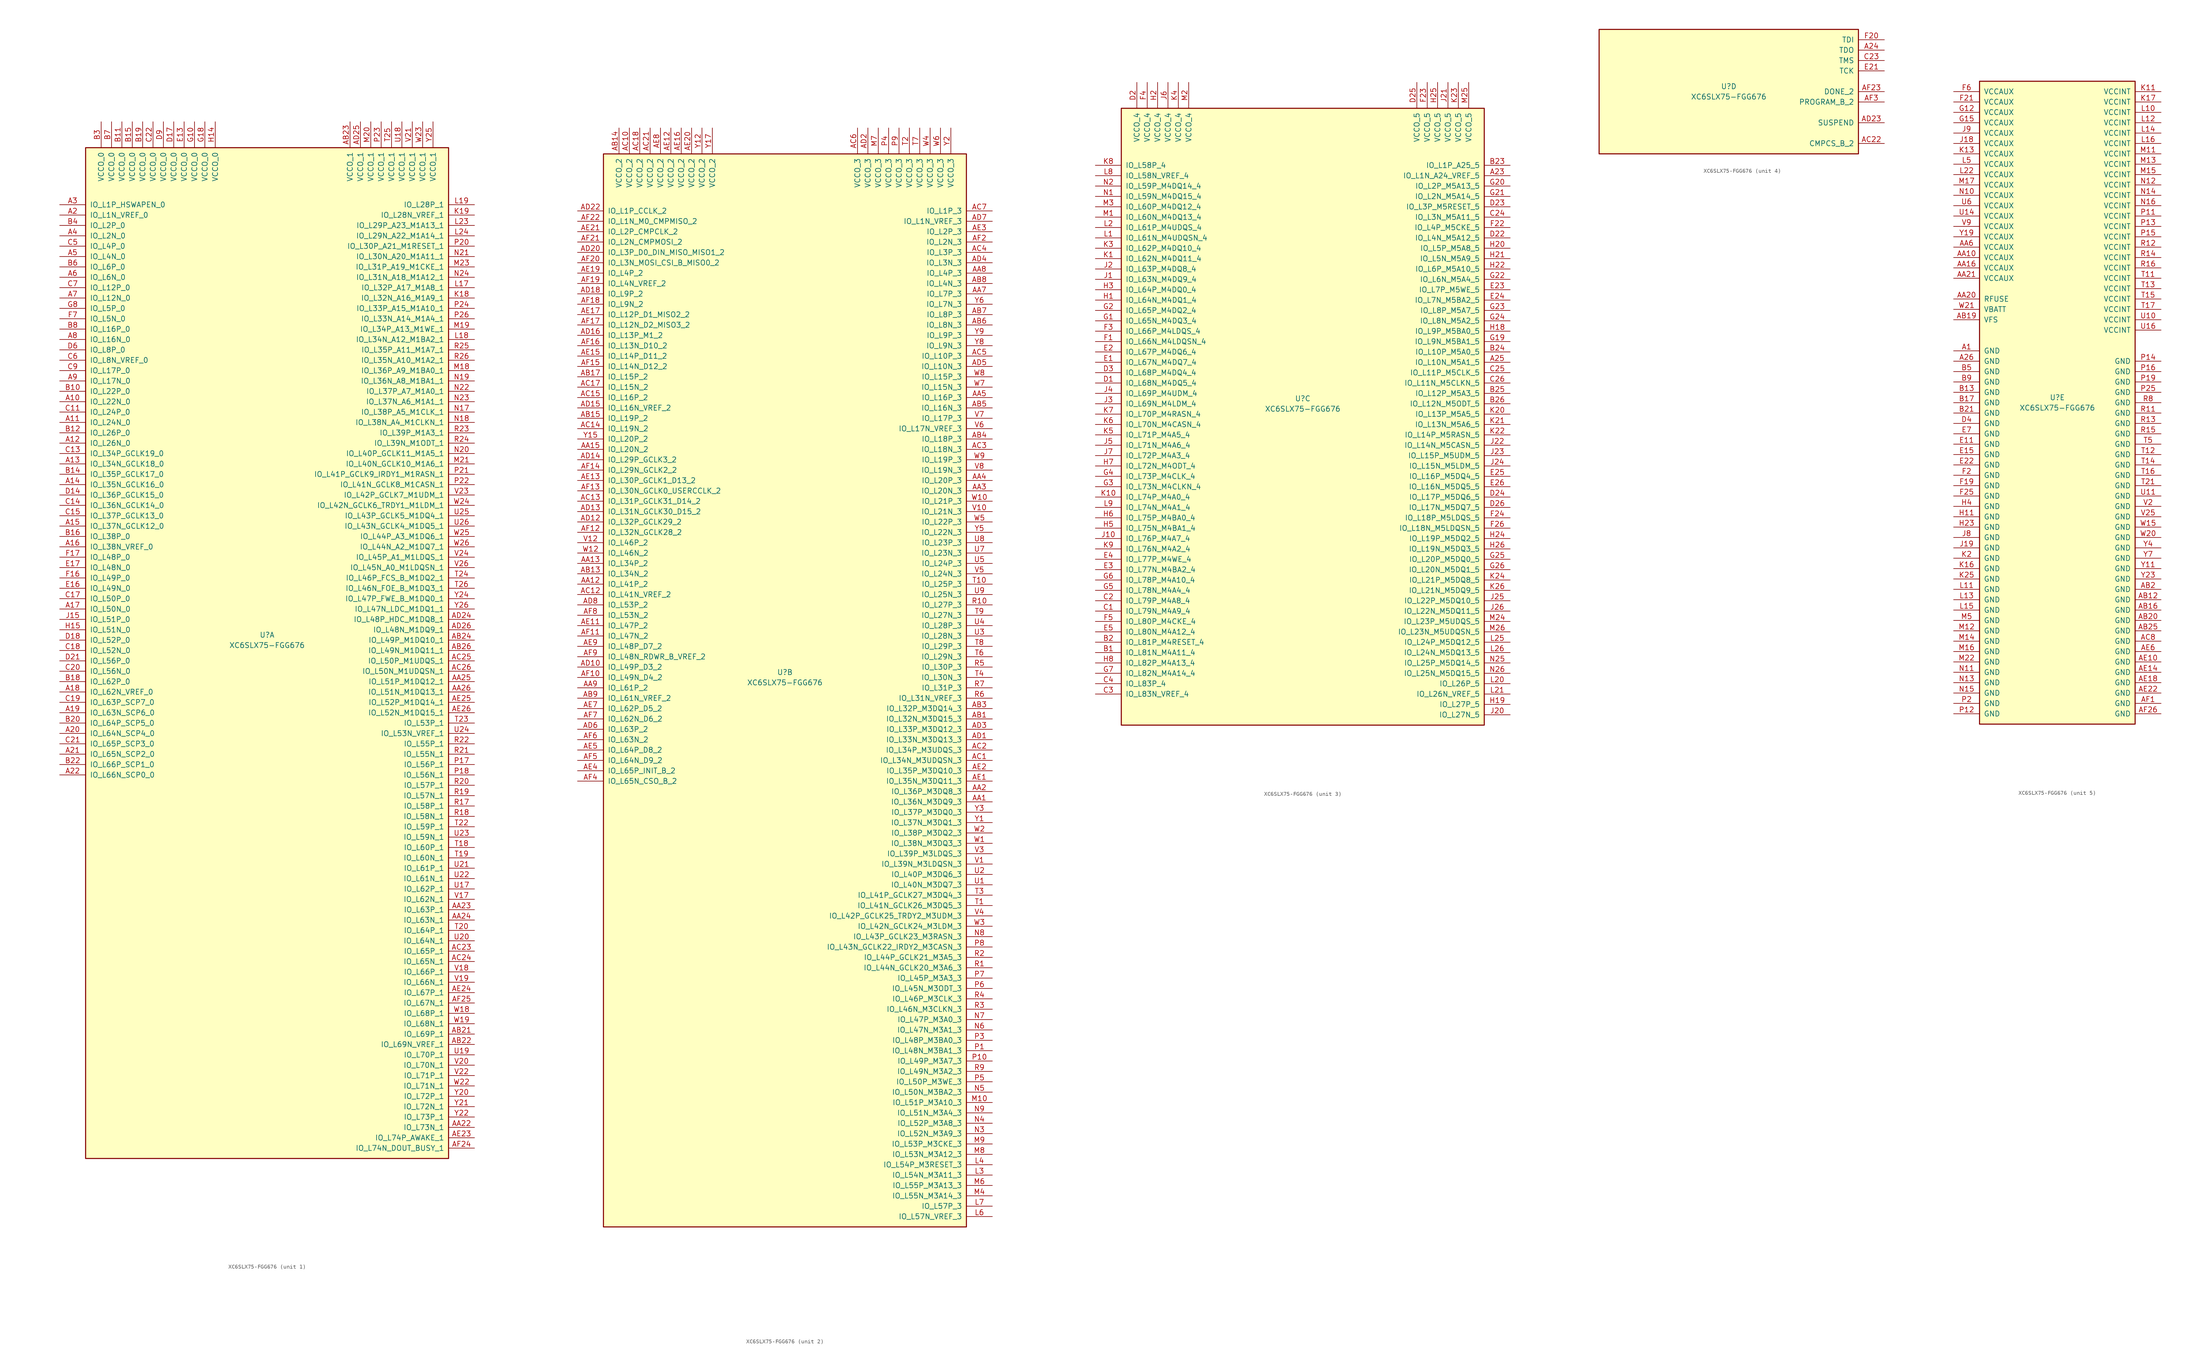
<source format=kicad_sym>
(kicad_symbol_lib
  (version 20201005)
  (generator kicad_symbol_editor)
  (symbol "XC6SLX75-FGG676"
    (pin_names
      (offset 1.016))
    (property "Reference" "U"
      (at 0 1.27 0)
      (effects (font (size 1.27 1.27))))
    (property "Value" "XC6SLX75-FGG676"
      (at 0 -1.27 0)
      (effects (font (size 1.27 1.27))))
    (property "Datasheet" ""
      (at 0 0 0)
      (effects (font (size 1.27 1.27))))
    (property "ki_locked" ""
      (at 0 0 0)
      (effects (font (size 1.27 1.27))))
    (symbol "XC6SLX75-FGG676_1_1"
      (rectangle (start -44.45 120.65) (end 44.45 -127) (stroke (width 0.254)) (fill (type background)))
      (pin power_in line (at -40.64 127 270) (length 6.35) (name "VCCO_0" (effects (font (size 1.27 1.27)))) (number "B3" (effects (font (size 1.27 1.27)))))
      (pin power_in line (at -38.1 127 270) (length 6.35) (name "VCCO_0" (effects (font (size 1.27 1.27)))) (number "B7" (effects (font (size 1.27 1.27)))))
      (pin power_in line (at -35.56 127 270) (length 6.35) (name "VCCO_0" (effects (font (size 1.27 1.27)))) (number "B11" (effects (font (size 1.27 1.27)))))
      (pin power_in line (at -33.02 127 270) (length 6.35) (name "VCCO_0" (effects (font (size 1.27 1.27)))) (number "B15" (effects (font (size 1.27 1.27)))))
      (pin power_in line (at -30.48 127 270) (length 6.35) (name "VCCO_0" (effects (font (size 1.27 1.27)))) (number "B19" (effects (font (size 1.27 1.27)))))
      (pin power_in line (at -27.94 127 270) (length 6.35) (name "VCCO_0" (effects (font (size 1.27 1.27)))) (number "C22" (effects (font (size 1.27 1.27)))))
      (pin power_in line (at -25.4 127 270) (length 6.35) (name "VCCO_0" (effects (font (size 1.27 1.27)))) (number "D9" (effects (font (size 1.27 1.27)))))
      (pin power_in line (at -22.86 127 270) (length 6.35) (name "VCCO_0" (effects (font (size 1.27 1.27)))) (number "D17" (effects (font (size 1.27 1.27)))))
      (pin power_in line (at -20.32 127 270) (length 6.35) (name "VCCO_0" (effects (font (size 1.27 1.27)))) (number "E13" (effects (font (size 1.27 1.27)))))
      (pin power_in line (at -17.78 127 270) (length 6.35) (name "VCCO_0" (effects (font (size 1.27 1.27)))) (number "G10" (effects (font (size 1.27 1.27)))))
      (pin power_in line (at -15.24 127 270) (length 6.35) (name "VCCO_0" (effects (font (size 1.27 1.27)))) (number "G18" (effects (font (size 1.27 1.27)))))
      (pin power_in line (at -12.7 127 270) (length 6.35) (name "VCCO_0" (effects (font (size 1.27 1.27)))) (number "H14" (effects (font (size 1.27 1.27)))))
      (pin bidirectional line (at -50.8 106.68 0) (length 6.35) (name "IO_L1P_HSWAPEN_0" (effects (font (size 1.27 1.27)))) (number "A3" (effects (font (size 1.27 1.27)))))
      (pin bidirectional line (at -50.8 104.14 0) (length 6.35) (name "IO_L1N_VREF_0" (effects (font (size 1.27 1.27)))) (number "A2" (effects (font (size 1.27 1.27)))))
      (pin bidirectional line (at -50.8 101.6 0) (length 6.35) (name "IO_L2P_0" (effects (font (size 1.27 1.27)))) (number "B4" (effects (font (size 1.27 1.27)))))
      (pin bidirectional line (at -50.8 99.06 0) (length 6.35) (name "IO_L2N_0" (effects (font (size 1.27 1.27)))) (number "A4" (effects (font (size 1.27 1.27)))))
      (pin bidirectional line (at -50.8 96.52 0) (length 6.35) (name "IO_L4P_0" (effects (font (size 1.27 1.27)))) (number "C5" (effects (font (size 1.27 1.27)))))
      (pin bidirectional line (at -50.8 93.98 0) (length 6.35) (name "IO_L4N_0" (effects (font (size 1.27 1.27)))) (number "A5" (effects (font (size 1.27 1.27)))))
      (pin bidirectional line (at -50.8 91.44 0) (length 6.35) (name "IO_L6P_0" (effects (font (size 1.27 1.27)))) (number "B6" (effects (font (size 1.27 1.27)))))
      (pin bidirectional line (at -50.8 88.9 0) (length 6.35) (name "IO_L6N_0" (effects (font (size 1.27 1.27)))) (number "A6" (effects (font (size 1.27 1.27)))))
      (pin bidirectional line (at -50.8 86.36 0) (length 6.35) (name "IO_L12P_0" (effects (font (size 1.27 1.27)))) (number "C7" (effects (font (size 1.27 1.27)))))
      (pin bidirectional line (at -50.8 83.82 0) (length 6.35) (name "IO_L12N_0" (effects (font (size 1.27 1.27)))) (number "A7" (effects (font (size 1.27 1.27)))))
      (pin bidirectional line (at -50.8 81.28 0) (length 6.35) (name "IO_L5P_0" (effects (font (size 1.27 1.27)))) (number "G8" (effects (font (size 1.27 1.27)))))
      (pin bidirectional line (at -50.8 78.74 0) (length 6.35) (name "IO_L5N_0" (effects (font (size 1.27 1.27)))) (number "F7" (effects (font (size 1.27 1.27)))))
      (pin bidirectional line (at -50.8 76.2 0) (length 6.35) (name "IO_L16P_0" (effects (font (size 1.27 1.27)))) (number "B8" (effects (font (size 1.27 1.27)))))
      (pin bidirectional line (at -50.8 73.66 0) (length 6.35) (name "IO_L16N_0" (effects (font (size 1.27 1.27)))) (number "A8" (effects (font (size 1.27 1.27)))))
      (pin bidirectional line (at -50.8 71.12 0) (length 6.35) (name "IO_L8P_0" (effects (font (size 1.27 1.27)))) (number "D6" (effects (font (size 1.27 1.27)))))
      (pin bidirectional line (at -50.8 68.58 0) (length 6.35) (name "IO_L8N_VREF_0" (effects (font (size 1.27 1.27)))) (number "C6" (effects (font (size 1.27 1.27)))))
      (pin bidirectional line (at -50.8 66.04 0) (length 6.35) (name "IO_L17P_0" (effects (font (size 1.27 1.27)))) (number "C9" (effects (font (size 1.27 1.27)))))
      (pin bidirectional line (at -50.8 63.5 0) (length 6.35) (name "IO_L17N_0" (effects (font (size 1.27 1.27)))) (number "A9" (effects (font (size 1.27 1.27)))))
      (pin bidirectional line (at -50.8 60.96 0) (length 6.35) (name "IO_L22P_0" (effects (font (size 1.27 1.27)))) (number "B10" (effects (font (size 1.27 1.27)))))
      (pin bidirectional line (at -50.8 58.42 0) (length 6.35) (name "IO_L22N_0" (effects (font (size 1.27 1.27)))) (number "A10" (effects (font (size 1.27 1.27)))))
      (pin bidirectional line (at -50.8 55.88 0) (length 6.35) (name "IO_L24P_0" (effects (font (size 1.27 1.27)))) (number "C11" (effects (font (size 1.27 1.27)))))
      (pin bidirectional line (at -50.8 53.34 0) (length 6.35) (name "IO_L24N_0" (effects (font (size 1.27 1.27)))) (number "A11" (effects (font (size 1.27 1.27)))))
      (pin bidirectional line (at -50.8 50.8 0) (length 6.35) (name "IO_L26P_0" (effects (font (size 1.27 1.27)))) (number "B12" (effects (font (size 1.27 1.27)))))
      (pin bidirectional line (at -50.8 48.26 0) (length 6.35) (name "IO_L26N_0" (effects (font (size 1.27 1.27)))) (number "A12" (effects (font (size 1.27 1.27)))))
      (pin bidirectional line (at -50.8 45.72 0) (length 6.35) (name "IO_L34P_GCLK19_0" (effects (font (size 1.27 1.27)))) (number "C13" (effects (font (size 1.27 1.27)))))
      (pin bidirectional line (at -50.8 43.18 0) (length 6.35) (name "IO_L34N_GCLK18_0" (effects (font (size 1.27 1.27)))) (number "A13" (effects (font (size 1.27 1.27)))))
      (pin bidirectional line (at -50.8 40.64 0) (length 6.35) (name "IO_L35P_GCLK17_0" (effects (font (size 1.27 1.27)))) (number "B14" (effects (font (size 1.27 1.27)))))
      (pin bidirectional line (at -50.8 38.1 0) (length 6.35) (name "IO_L35N_GCLK16_0" (effects (font (size 1.27 1.27)))) (number "A14" (effects (font (size 1.27 1.27)))))
      (pin bidirectional line (at -50.8 35.56 0) (length 6.35) (name "IO_L36P_GCLK15_0" (effects (font (size 1.27 1.27)))) (number "D14" (effects (font (size 1.27 1.27)))))
      (pin bidirectional line (at -50.8 33.02 0) (length 6.35) (name "IO_L36N_GCLK14_0" (effects (font (size 1.27 1.27)))) (number "C14" (effects (font (size 1.27 1.27)))))
      (pin bidirectional line (at -50.8 30.48 0) (length 6.35) (name "IO_L37P_GCLK13_0" (effects (font (size 1.27 1.27)))) (number "C15" (effects (font (size 1.27 1.27)))))
      (pin bidirectional line (at -50.8 27.94 0) (length 6.35) (name "IO_L37N_GCLK12_0" (effects (font (size 1.27 1.27)))) (number "A15" (effects (font (size 1.27 1.27)))))
      (pin bidirectional line (at -50.8 25.4 0) (length 6.35) (name "IO_L38P_0" (effects (font (size 1.27 1.27)))) (number "B16" (effects (font (size 1.27 1.27)))))
      (pin bidirectional line (at -50.8 22.86 0) (length 6.35) (name "IO_L38N_VREF_0" (effects (font (size 1.27 1.27)))) (number "A16" (effects (font (size 1.27 1.27)))))
      (pin bidirectional line (at -50.8 20.32 0) (length 6.35) (name "IO_L48P_0" (effects (font (size 1.27 1.27)))) (number "F17" (effects (font (size 1.27 1.27)))))
      (pin bidirectional line (at -50.8 17.78 0) (length 6.35) (name "IO_L48N_0" (effects (font (size 1.27 1.27)))) (number "E17" (effects (font (size 1.27 1.27)))))
      (pin bidirectional line (at -50.8 15.24 0) (length 6.35) (name "IO_L49P_0" (effects (font (size 1.27 1.27)))) (number "F16" (effects (font (size 1.27 1.27)))))
      (pin bidirectional line (at -50.8 12.7 0) (length 6.35) (name "IO_L49N_0" (effects (font (size 1.27 1.27)))) (number "E16" (effects (font (size 1.27 1.27)))))
      (pin bidirectional line (at -50.8 10.16 0) (length 6.35) (name "IO_L50P_0" (effects (font (size 1.27 1.27)))) (number "C17" (effects (font (size 1.27 1.27)))))
      (pin bidirectional line (at -50.8 7.62 0) (length 6.35) (name "IO_L50N_0" (effects (font (size 1.27 1.27)))) (number "A17" (effects (font (size 1.27 1.27)))))
      (pin bidirectional line (at -50.8 5.08 0) (length 6.35) (name "IO_L51P_0" (effects (font (size 1.27 1.27)))) (number "J15" (effects (font (size 1.27 1.27)))))
      (pin bidirectional line (at -50.8 2.54 0) (length 6.35) (name "IO_L51N_0" (effects (font (size 1.27 1.27)))) (number "H15" (effects (font (size 1.27 1.27)))))
      (pin bidirectional line (at -50.8 0 0) (length 6.35) (name "IO_L52P_0" (effects (font (size 1.27 1.27)))) (number "D18" (effects (font (size 1.27 1.27)))))
      (pin bidirectional line (at -50.8 -2.54 0) (length 6.35) (name "IO_L52N_0" (effects (font (size 1.27 1.27)))) (number "C18" (effects (font (size 1.27 1.27)))))
      (pin bidirectional line (at -50.8 -5.08 0) (length 6.35) (name "IO_L56P_0" (effects (font (size 1.27 1.27)))) (number "D21" (effects (font (size 1.27 1.27)))))
      (pin bidirectional line (at -50.8 -7.62 0) (length 6.35) (name "IO_L56N_0" (effects (font (size 1.27 1.27)))) (number "C20" (effects (font (size 1.27 1.27)))))
      (pin bidirectional line (at -50.8 -10.16 0) (length 6.35) (name "IO_L62P_0" (effects (font (size 1.27 1.27)))) (number "B18" (effects (font (size 1.27 1.27)))))
      (pin bidirectional line (at -50.8 -12.7 0) (length 6.35) (name "IO_L62N_VREF_0" (effects (font (size 1.27 1.27)))) (number "A18" (effects (font (size 1.27 1.27)))))
      (pin bidirectional line (at -50.8 -15.24 0) (length 6.35) (name "IO_L63P_SCP7_0" (effects (font (size 1.27 1.27)))) (number "C19" (effects (font (size 1.27 1.27)))))
      (pin bidirectional line (at -50.8 -17.78 0) (length 6.35) (name "IO_L63N_SCP6_0" (effects (font (size 1.27 1.27)))) (number "A19" (effects (font (size 1.27 1.27)))))
      (pin bidirectional line (at -50.8 -20.32 0) (length 6.35) (name "IO_L64P_SCP5_0" (effects (font (size 1.27 1.27)))) (number "B20" (effects (font (size 1.27 1.27)))))
      (pin bidirectional line (at -50.8 -22.86 0) (length 6.35) (name "IO_L64N_SCP4_0" (effects (font (size 1.27 1.27)))) (number "A20" (effects (font (size 1.27 1.27)))))
      (pin bidirectional line (at -50.8 -25.4 0) (length 6.35) (name "IO_L65P_SCP3_0" (effects (font (size 1.27 1.27)))) (number "C21" (effects (font (size 1.27 1.27)))))
      (pin bidirectional line (at -50.8 -27.94 0) (length 6.35) (name "IO_L65N_SCP2_0" (effects (font (size 1.27 1.27)))) (number "A21" (effects (font (size 1.27 1.27)))))
      (pin bidirectional line (at -50.8 -30.48 0) (length 6.35) (name "IO_L66P_SCP1_0" (effects (font (size 1.27 1.27)))) (number "B22" (effects (font (size 1.27 1.27)))))
      (pin bidirectional line (at -50.8 -33.02 0) (length 6.35) (name "IO_L66N_SCP0_0" (effects (font (size 1.27 1.27)))) (number "A22" (effects (font (size 1.27 1.27)))))
      (pin power_in line (at 20.32 127 270) (length 6.35) (name "VCCO_1" (effects (font (size 1.27 1.27)))) (number "AB23" (effects (font (size 1.27 1.27)))))
      (pin power_in line (at 22.86 127 270) (length 6.35) (name "VCCO_1" (effects (font (size 1.27 1.27)))) (number "AD25" (effects (font (size 1.27 1.27)))))
      (pin power_in line (at 25.4 127 270) (length 6.35) (name "VCCO_1" (effects (font (size 1.27 1.27)))) (number "M20" (effects (font (size 1.27 1.27)))))
      (pin power_in line (at 27.94 127 270) (length 6.35) (name "VCCO_1" (effects (font (size 1.27 1.27)))) (number "P23" (effects (font (size 1.27 1.27)))))
      (pin power_in line (at 30.48 127 270) (length 6.35) (name "VCCO_1" (effects (font (size 1.27 1.27)))) (number "T25" (effects (font (size 1.27 1.27)))))
      (pin power_in line (at 33.02 127 270) (length 6.35) (name "VCCO_1" (effects (font (size 1.27 1.27)))) (number "U18" (effects (font (size 1.27 1.27)))))
      (pin power_in line (at 35.56 127 270) (length 6.35) (name "VCCO_1" (effects (font (size 1.27 1.27)))) (number "V21" (effects (font (size 1.27 1.27)))))
      (pin power_in line (at 38.1 127 270) (length 6.35) (name "VCCO_1" (effects (font (size 1.27 1.27)))) (number "W23" (effects (font (size 1.27 1.27)))))
      (pin power_in line (at 40.64 127 270) (length 6.35) (name "VCCO_1" (effects (font (size 1.27 1.27)))) (number "Y25" (effects (font (size 1.27 1.27)))))
      (pin bidirectional line (at 50.8 106.68 180) (length 6.35) (name "IO_L28P_1" (effects (font (size 1.27 1.27)))) (number "L19" (effects (font (size 1.27 1.27)))))
      (pin bidirectional line (at 50.8 104.14 180) (length 6.35) (name "IO_L28N_VREF_1" (effects (font (size 1.27 1.27)))) (number "K19" (effects (font (size 1.27 1.27)))))
      (pin bidirectional line (at 50.8 101.6 180) (length 6.35) (name "IO_L29P_A23_M1A13_1" (effects (font (size 1.27 1.27)))) (number "L23" (effects (font (size 1.27 1.27)))))
      (pin bidirectional line (at 50.8 99.06 180) (length 6.35) (name "IO_L29N_A22_M1A14_1" (effects (font (size 1.27 1.27)))) (number "L24" (effects (font (size 1.27 1.27)))))
      (pin bidirectional line (at 50.8 96.52 180) (length 6.35) (name "IO_L30P_A21_M1RESET_1" (effects (font (size 1.27 1.27)))) (number "P20" (effects (font (size 1.27 1.27)))))
      (pin bidirectional line (at 50.8 93.98 180) (length 6.35) (name "IO_L30N_A20_M1A11_1" (effects (font (size 1.27 1.27)))) (number "N21" (effects (font (size 1.27 1.27)))))
      (pin bidirectional line (at 50.8 91.44 180) (length 6.35) (name "IO_L31P_A19_M1CKE_1" (effects (font (size 1.27 1.27)))) (number "M23" (effects (font (size 1.27 1.27)))))
      (pin bidirectional line (at 50.8 88.9 180) (length 6.35) (name "IO_L31N_A18_M1A12_1" (effects (font (size 1.27 1.27)))) (number "N24" (effects (font (size 1.27 1.27)))))
      (pin bidirectional line (at 50.8 86.36 180) (length 6.35) (name "IO_L32P_A17_M1A8_1" (effects (font (size 1.27 1.27)))) (number "L17" (effects (font (size 1.27 1.27)))))
      (pin bidirectional line (at 50.8 83.82 180) (length 6.35) (name "IO_L32N_A16_M1A9_1" (effects (font (size 1.27 1.27)))) (number "K18" (effects (font (size 1.27 1.27)))))
      (pin bidirectional line (at 50.8 81.28 180) (length 6.35) (name "IO_L33P_A15_M1A10_1" (effects (font (size 1.27 1.27)))) (number "P24" (effects (font (size 1.27 1.27)))))
      (pin bidirectional line (at 50.8 78.74 180) (length 6.35) (name "IO_L33N_A14_M1A4_1" (effects (font (size 1.27 1.27)))) (number "P26" (effects (font (size 1.27 1.27)))))
      (pin bidirectional line (at 50.8 76.2 180) (length 6.35) (name "IO_L34P_A13_M1WE_1" (effects (font (size 1.27 1.27)))) (number "M19" (effects (font (size 1.27 1.27)))))
      (pin bidirectional line (at 50.8 73.66 180) (length 6.35) (name "IO_L34N_A12_M1BA2_1" (effects (font (size 1.27 1.27)))) (number "L18" (effects (font (size 1.27 1.27)))))
      (pin bidirectional line (at 50.8 71.12 180) (length 6.35) (name "IO_L35P_A11_M1A7_1" (effects (font (size 1.27 1.27)))) (number "R25" (effects (font (size 1.27 1.27)))))
      (pin bidirectional line (at 50.8 68.58 180) (length 6.35) (name "IO_L35N_A10_M1A2_1" (effects (font (size 1.27 1.27)))) (number "R26" (effects (font (size 1.27 1.27)))))
      (pin bidirectional line (at 50.8 66.04 180) (length 6.35) (name "IO_L36P_A9_M1BA0_1" (effects (font (size 1.27 1.27)))) (number "M18" (effects (font (size 1.27 1.27)))))
      (pin bidirectional line (at 50.8 63.5 180) (length 6.35) (name "IO_L36N_A8_M1BA1_1" (effects (font (size 1.27 1.27)))) (number "N19" (effects (font (size 1.27 1.27)))))
      (pin bidirectional line (at 50.8 60.96 180) (length 6.35) (name "IO_L37P_A7_M1A0_1" (effects (font (size 1.27 1.27)))) (number "N22" (effects (font (size 1.27 1.27)))))
      (pin bidirectional line (at 50.8 58.42 180) (length 6.35) (name "IO_L37N_A6_M1A1_1" (effects (font (size 1.27 1.27)))) (number "N23" (effects (font (size 1.27 1.27)))))
      (pin bidirectional line (at 50.8 55.88 180) (length 6.35) (name "IO_L38P_A5_M1CLK_1" (effects (font (size 1.27 1.27)))) (number "N17" (effects (font (size 1.27 1.27)))))
      (pin bidirectional line (at 50.8 53.34 180) (length 6.35) (name "IO_L38N_A4_M1CLKN_1" (effects (font (size 1.27 1.27)))) (number "N18" (effects (font (size 1.27 1.27)))))
      (pin bidirectional line (at 50.8 50.8 180) (length 6.35) (name "IO_L39P_M1A3_1" (effects (font (size 1.27 1.27)))) (number "R23" (effects (font (size 1.27 1.27)))))
      (pin bidirectional line (at 50.8 48.26 180) (length 6.35) (name "IO_L39N_M1ODT_1" (effects (font (size 1.27 1.27)))) (number "R24" (effects (font (size 1.27 1.27)))))
      (pin bidirectional line (at 50.8 45.72 180) (length 6.35) (name "IO_L40P_GCLK11_M1A5_1" (effects (font (size 1.27 1.27)))) (number "N20" (effects (font (size 1.27 1.27)))))
      (pin bidirectional line (at 50.8 43.18 180) (length 6.35) (name "IO_L40N_GCLK10_M1A6_1" (effects (font (size 1.27 1.27)))) (number "M21" (effects (font (size 1.27 1.27)))))
      (pin bidirectional line (at 50.8 40.64 180) (length 6.35) (name "IO_L41P_GCLK9_IRDY1_M1RASN_1" (effects (font (size 1.27 1.27)))) (number "P21" (effects (font (size 1.27 1.27)))))
      (pin bidirectional line (at 50.8 38.1 180) (length 6.35) (name "IO_L41N_GCLK8_M1CASN_1" (effects (font (size 1.27 1.27)))) (number "P22" (effects (font (size 1.27 1.27)))))
      (pin bidirectional line (at 50.8 35.56 180) (length 6.35) (name "IO_L42P_GCLK7_M1UDM_1" (effects (font (size 1.27 1.27)))) (number "V23" (effects (font (size 1.27 1.27)))))
      (pin bidirectional line (at 50.8 33.02 180) (length 6.35) (name "IO_L42N_GCLK6_TRDY1_M1LDM_1" (effects (font (size 1.27 1.27)))) (number "W24" (effects (font (size 1.27 1.27)))))
      (pin bidirectional line (at 50.8 30.48 180) (length 6.35) (name "IO_L43P_GCLK5_M1DQ4_1" (effects (font (size 1.27 1.27)))) (number "U25" (effects (font (size 1.27 1.27)))))
      (pin bidirectional line (at 50.8 27.94 180) (length 6.35) (name "IO_L43N_GCLK4_M1DQ5_1" (effects (font (size 1.27 1.27)))) (number "U26" (effects (font (size 1.27 1.27)))))
      (pin bidirectional line (at 50.8 25.4 180) (length 6.35) (name "IO_L44P_A3_M1DQ6_1" (effects (font (size 1.27 1.27)))) (number "W25" (effects (font (size 1.27 1.27)))))
      (pin bidirectional line (at 50.8 22.86 180) (length 6.35) (name "IO_L44N_A2_M1DQ7_1" (effects (font (size 1.27 1.27)))) (number "W26" (effects (font (size 1.27 1.27)))))
      (pin bidirectional line (at 50.8 20.32 180) (length 6.35) (name "IO_L45P_A1_M1LDQS_1" (effects (font (size 1.27 1.27)))) (number "V24" (effects (font (size 1.27 1.27)))))
      (pin bidirectional line (at 50.8 17.78 180) (length 6.35) (name "IO_L45N_A0_M1LDQSN_1" (effects (font (size 1.27 1.27)))) (number "V26" (effects (font (size 1.27 1.27)))))
      (pin bidirectional line (at 50.8 15.24 180) (length 6.35) (name "IO_L46P_FCS_B_M1DQ2_1" (effects (font (size 1.27 1.27)))) (number "T24" (effects (font (size 1.27 1.27)))))
      (pin bidirectional line (at 50.8 12.7 180) (length 6.35) (name "IO_L46N_FOE_B_M1DQ3_1" (effects (font (size 1.27 1.27)))) (number "T26" (effects (font (size 1.27 1.27)))))
      (pin bidirectional line (at 50.8 10.16 180) (length 6.35) (name "IO_L47P_FWE_B_M1DQ0_1" (effects (font (size 1.27 1.27)))) (number "Y24" (effects (font (size 1.27 1.27)))))
      (pin bidirectional line (at 50.8 7.62 180) (length 6.35) (name "IO_L47N_LDC_M1DQ1_1" (effects (font (size 1.27 1.27)))) (number "Y26" (effects (font (size 1.27 1.27)))))
      (pin bidirectional line (at 50.8 5.08 180) (length 6.35) (name "IO_L48P_HDC_M1DQ8_1" (effects (font (size 1.27 1.27)))) (number "AD24" (effects (font (size 1.27 1.27)))))
      (pin bidirectional line (at 50.8 2.54 180) (length 6.35) (name "IO_L48N_M1DQ9_1" (effects (font (size 1.27 1.27)))) (number "AD26" (effects (font (size 1.27 1.27)))))
      (pin bidirectional line (at 50.8 0 180) (length 6.35) (name "IO_L49P_M1DQ10_1" (effects (font (size 1.27 1.27)))) (number "AB24" (effects (font (size 1.27 1.27)))))
      (pin bidirectional line (at 50.8 -2.54 180) (length 6.35) (name "IO_L49N_M1DQ11_1" (effects (font (size 1.27 1.27)))) (number "AB26" (effects (font (size 1.27 1.27)))))
      (pin bidirectional line (at 50.8 -5.08 180) (length 6.35) (name "IO_L50P_M1UDQS_1" (effects (font (size 1.27 1.27)))) (number "AC25" (effects (font (size 1.27 1.27)))))
      (pin bidirectional line (at 50.8 -7.62 180) (length 6.35) (name "IO_L50N_M1UDQSN_1" (effects (font (size 1.27 1.27)))) (number "AC26" (effects (font (size 1.27 1.27)))))
      (pin bidirectional line (at 50.8 -10.16 180) (length 6.35) (name "IO_L51P_M1DQ12_1" (effects (font (size 1.27 1.27)))) (number "AA25" (effects (font (size 1.27 1.27)))))
      (pin bidirectional line (at 50.8 -12.7 180) (length 6.35) (name "IO_L51N_M1DQ13_1" (effects (font (size 1.27 1.27)))) (number "AA26" (effects (font (size 1.27 1.27)))))
      (pin bidirectional line (at 50.8 -15.24 180) (length 6.35) (name "IO_L52P_M1DQ14_1" (effects (font (size 1.27 1.27)))) (number "AE25" (effects (font (size 1.27 1.27)))))
      (pin bidirectional line (at 50.8 -17.78 180) (length 6.35) (name "IO_L52N_M1DQ15_1" (effects (font (size 1.27 1.27)))) (number "AE26" (effects (font (size 1.27 1.27)))))
      (pin bidirectional line (at 50.8 -20.32 180) (length 6.35) (name "IO_L53P_1" (effects (font (size 1.27 1.27)))) (number "T23" (effects (font (size 1.27 1.27)))))
      (pin bidirectional line (at 50.8 -22.86 180) (length 6.35) (name "IO_L53N_VREF_1" (effects (font (size 1.27 1.27)))) (number "U24" (effects (font (size 1.27 1.27)))))
      (pin bidirectional line (at 50.8 -25.4 180) (length 6.35) (name "IO_L55P_1" (effects (font (size 1.27 1.27)))) (number "R22" (effects (font (size 1.27 1.27)))))
      (pin bidirectional line (at 50.8 -27.94 180) (length 6.35) (name "IO_L55N_1" (effects (font (size 1.27 1.27)))) (number "R21" (effects (font (size 1.27 1.27)))))
      (pin bidirectional line (at 50.8 -30.48 180) (length 6.35) (name "IO_L56P_1" (effects (font (size 1.27 1.27)))) (number "P17" (effects (font (size 1.27 1.27)))))
      (pin bidirectional line (at 50.8 -33.02 180) (length 6.35) (name "IO_L56N_1" (effects (font (size 1.27 1.27)))) (number "P18" (effects (font (size 1.27 1.27)))))
      (pin bidirectional line (at 50.8 -35.56 180) (length 6.35) (name "IO_L57P_1" (effects (font (size 1.27 1.27)))) (number "R20" (effects (font (size 1.27 1.27)))))
      (pin bidirectional line (at 50.8 -38.1 180) (length 6.35) (name "IO_L57N_1" (effects (font (size 1.27 1.27)))) (number "R19" (effects (font (size 1.27 1.27)))))
      (pin bidirectional line (at 50.8 -40.64 180) (length 6.35) (name "IO_L58P_1" (effects (font (size 1.27 1.27)))) (number "R17" (effects (font (size 1.27 1.27)))))
      (pin bidirectional line (at 50.8 -43.18 180) (length 6.35) (name "IO_L58N_1" (effects (font (size 1.27 1.27)))) (number "R18" (effects (font (size 1.27 1.27)))))
      (pin bidirectional line (at 50.8 -45.72 180) (length 6.35) (name "IO_L59P_1" (effects (font (size 1.27 1.27)))) (number "T22" (effects (font (size 1.27 1.27)))))
      (pin bidirectional line (at 50.8 -48.26 180) (length 6.35) (name "IO_L59N_1" (effects (font (size 1.27 1.27)))) (number "U23" (effects (font (size 1.27 1.27)))))
      (pin bidirectional line (at 50.8 -50.8 180) (length 6.35) (name "IO_L60P_1" (effects (font (size 1.27 1.27)))) (number "T18" (effects (font (size 1.27 1.27)))))
      (pin bidirectional line (at 50.8 -53.34 180) (length 6.35) (name "IO_L60N_1" (effects (font (size 1.27 1.27)))) (number "T19" (effects (font (size 1.27 1.27)))))
      (pin bidirectional line (at 50.8 -55.88 180) (length 6.35) (name "IO_L61P_1" (effects (font (size 1.27 1.27)))) (number "U21" (effects (font (size 1.27 1.27)))))
      (pin bidirectional line (at 50.8 -58.42 180) (length 6.35) (name "IO_L61N_1" (effects (font (size 1.27 1.27)))) (number "U22" (effects (font (size 1.27 1.27)))))
      (pin bidirectional line (at 50.8 -60.96 180) (length 6.35) (name "IO_L62P_1" (effects (font (size 1.27 1.27)))) (number "U17" (effects (font (size 1.27 1.27)))))
      (pin bidirectional line (at 50.8 -63.5 180) (length 6.35) (name "IO_L62N_1" (effects (font (size 1.27 1.27)))) (number "V17" (effects (font (size 1.27 1.27)))))
      (pin bidirectional line (at 50.8 -66.04 180) (length 6.35) (name "IO_L63P_1" (effects (font (size 1.27 1.27)))) (number "AA23" (effects (font (size 1.27 1.27)))))
      (pin bidirectional line (at 50.8 -68.58 180) (length 6.35) (name "IO_L63N_1" (effects (font (size 1.27 1.27)))) (number "AA24" (effects (font (size 1.27 1.27)))))
      (pin bidirectional line (at 50.8 -71.12 180) (length 6.35) (name "IO_L64P_1" (effects (font (size 1.27 1.27)))) (number "T20" (effects (font (size 1.27 1.27)))))
      (pin bidirectional line (at 50.8 -73.66 180) (length 6.35) (name "IO_L64N_1" (effects (font (size 1.27 1.27)))) (number "U20" (effects (font (size 1.27 1.27)))))
      (pin bidirectional line (at 50.8 -76.2 180) (length 6.35) (name "IO_L65P_1" (effects (font (size 1.27 1.27)))) (number "AC23" (effects (font (size 1.27 1.27)))))
      (pin bidirectional line (at 50.8 -78.74 180) (length 6.35) (name "IO_L65N_1" (effects (font (size 1.27 1.27)))) (number "AC24" (effects (font (size 1.27 1.27)))))
      (pin bidirectional line (at 50.8 -81.28 180) (length 6.35) (name "IO_L66P_1" (effects (font (size 1.27 1.27)))) (number "V18" (effects (font (size 1.27 1.27)))))
      (pin bidirectional line (at 50.8 -83.82 180) (length 6.35) (name "IO_L66N_1" (effects (font (size 1.27 1.27)))) (number "V19" (effects (font (size 1.27 1.27)))))
      (pin bidirectional line (at 50.8 -86.36 180) (length 6.35) (name "IO_L67P_1" (effects (font (size 1.27 1.27)))) (number "AE24" (effects (font (size 1.27 1.27)))))
      (pin bidirectional line (at 50.8 -88.9 180) (length 6.35) (name "IO_L67N_1" (effects (font (size 1.27 1.27)))) (number "AF25" (effects (font (size 1.27 1.27)))))
      (pin bidirectional line (at 50.8 -91.44 180) (length 6.35) (name "IO_L68P_1" (effects (font (size 1.27 1.27)))) (number "W18" (effects (font (size 1.27 1.27)))))
      (pin bidirectional line (at 50.8 -93.98 180) (length 6.35) (name "IO_L68N_1" (effects (font (size 1.27 1.27)))) (number "W19" (effects (font (size 1.27 1.27)))))
      (pin bidirectional line (at 50.8 -96.52 180) (length 6.35) (name "IO_L69P_1" (effects (font (size 1.27 1.27)))) (number "AB21" (effects (font (size 1.27 1.27)))))
      (pin bidirectional line (at 50.8 -99.06 180) (length 6.35) (name "IO_L69N_VREF_1" (effects (font (size 1.27 1.27)))) (number "AB22" (effects (font (size 1.27 1.27)))))
      (pin bidirectional line (at 50.8 -101.6 180) (length 6.35) (name "IO_L70P_1" (effects (font (size 1.27 1.27)))) (number "U19" (effects (font (size 1.27 1.27)))))
      (pin bidirectional line (at 50.8 -104.14 180) (length 6.35) (name "IO_L70N_1" (effects (font (size 1.27 1.27)))) (number "V20" (effects (font (size 1.27 1.27)))))
      (pin bidirectional line (at 50.8 -106.68 180) (length 6.35) (name "IO_L71P_1" (effects (font (size 1.27 1.27)))) (number "V22" (effects (font (size 1.27 1.27)))))
      (pin bidirectional line (at 50.8 -109.22 180) (length 6.35) (name "IO_L71N_1" (effects (font (size 1.27 1.27)))) (number "W22" (effects (font (size 1.27 1.27)))))
      (pin bidirectional line (at 50.8 -111.76 180) (length 6.35) (name "IO_L72P_1" (effects (font (size 1.27 1.27)))) (number "Y20" (effects (font (size 1.27 1.27)))))
      (pin bidirectional line (at 50.8 -114.3 180) (length 6.35) (name "IO_L72N_1" (effects (font (size 1.27 1.27)))) (number "Y21" (effects (font (size 1.27 1.27)))))
      (pin bidirectional line (at 50.8 -116.84 180) (length 6.35) (name "IO_L73P_1" (effects (font (size 1.27 1.27)))) (number "Y22" (effects (font (size 1.27 1.27)))))
      (pin bidirectional line (at 50.8 -119.38 180) (length 6.35) (name "IO_L73N_1" (effects (font (size 1.27 1.27)))) (number "AA22" (effects (font (size 1.27 1.27)))))
      (pin bidirectional line (at 50.8 -121.92 180) (length 6.35) (name "IO_L74P_AWAKE_1" (effects (font (size 1.27 1.27)))) (number "AE23" (effects (font (size 1.27 1.27)))))
      (pin bidirectional line (at 50.8 -124.46 180) (length 6.35) (name "IO_L74N_DOUT_BUSY_1" (effects (font (size 1.27 1.27)))) (number "AF24" (effects (font (size 1.27 1.27))))))
    (symbol "XC6SLX75-FGG676_2_1"
      (rectangle (start -44.45 128.27) (end 44.45 -134.62) (stroke (width 0.254)) (fill (type background)))
      (pin power_in line (at -40.64 134.62 270) (length 6.35) (name "VCCO_2" (effects (font (size 1.27 1.27)))) (number "AB14" (effects (font (size 1.27 1.27)))))
      (pin power_in line (at -38.1 134.62 270) (length 6.35) (name "VCCO_2" (effects (font (size 1.27 1.27)))) (number "AC10" (effects (font (size 1.27 1.27)))))
      (pin power_in line (at -35.56 134.62 270) (length 6.35) (name "VCCO_2" (effects (font (size 1.27 1.27)))) (number "AC18" (effects (font (size 1.27 1.27)))))
      (pin power_in line (at -33.02 134.62 270) (length 6.35) (name "VCCO_2" (effects (font (size 1.27 1.27)))) (number "AC21" (effects (font (size 1.27 1.27)))))
      (pin power_in line (at -30.48 134.62 270) (length 6.35) (name "VCCO_2" (effects (font (size 1.27 1.27)))) (number "AE8" (effects (font (size 1.27 1.27)))))
      (pin power_in line (at -27.94 134.62 270) (length 6.35) (name "VCCO_2" (effects (font (size 1.27 1.27)))) (number "AE12" (effects (font (size 1.27 1.27)))))
      (pin power_in line (at -25.4 134.62 270) (length 6.35) (name "VCCO_2" (effects (font (size 1.27 1.27)))) (number "AE16" (effects (font (size 1.27 1.27)))))
      (pin power_in line (at -22.86 134.62 270) (length 6.35) (name "VCCO_2" (effects (font (size 1.27 1.27)))) (number "AE20" (effects (font (size 1.27 1.27)))))
      (pin power_in line (at -20.32 134.62 270) (length 6.35) (name "VCCO_2" (effects (font (size 1.27 1.27)))) (number "Y12" (effects (font (size 1.27 1.27)))))
      (pin power_in line (at -17.78 134.62 270) (length 6.35) (name "VCCO_2" (effects (font (size 1.27 1.27)))) (number "Y17" (effects (font (size 1.27 1.27)))))
      (pin bidirectional line (at -50.8 114.3 0) (length 6.35) (name "IO_L1P_CCLK_2" (effects (font (size 1.27 1.27)))) (number "AD22" (effects (font (size 1.27 1.27)))))
      (pin bidirectional line (at -50.8 111.76 0) (length 6.35) (name "IO_L1N_M0_CMPMISO_2" (effects (font (size 1.27 1.27)))) (number "AF22" (effects (font (size 1.27 1.27)))))
      (pin bidirectional line (at -50.8 109.22 0) (length 6.35) (name "IO_L2P_CMPCLK_2" (effects (font (size 1.27 1.27)))) (number "AE21" (effects (font (size 1.27 1.27)))))
      (pin bidirectional line (at -50.8 106.68 0) (length 6.35) (name "IO_L2N_CMPMOSI_2" (effects (font (size 1.27 1.27)))) (number "AF21" (effects (font (size 1.27 1.27)))))
      (pin bidirectional line (at -50.8 104.14 0) (length 6.35) (name "IO_L3P_D0_DIN_MISO_MISO1_2" (effects (font (size 1.27 1.27)))) (number "AD20" (effects (font (size 1.27 1.27)))))
      (pin bidirectional line (at -50.8 101.6 0) (length 6.35) (name "IO_L3N_MOSI_CSI_B_MISO0_2" (effects (font (size 1.27 1.27)))) (number "AF20" (effects (font (size 1.27 1.27)))))
      (pin bidirectional line (at -50.8 99.06 0) (length 6.35) (name "IO_L4P_2" (effects (font (size 1.27 1.27)))) (number "AE19" (effects (font (size 1.27 1.27)))))
      (pin bidirectional line (at -50.8 96.52 0) (length 6.35) (name "IO_L4N_VREF_2" (effects (font (size 1.27 1.27)))) (number "AF19" (effects (font (size 1.27 1.27)))))
      (pin bidirectional line (at -50.8 93.98 0) (length 6.35) (name "IO_L9P_2" (effects (font (size 1.27 1.27)))) (number "AD18" (effects (font (size 1.27 1.27)))))
      (pin bidirectional line (at -50.8 91.44 0) (length 6.35) (name "IO_L9N_2" (effects (font (size 1.27 1.27)))) (number "AF18" (effects (font (size 1.27 1.27)))))
      (pin bidirectional line (at -50.8 88.9 0) (length 6.35) (name "IO_L12P_D1_MISO2_2" (effects (font (size 1.27 1.27)))) (number "AE17" (effects (font (size 1.27 1.27)))))
      (pin bidirectional line (at -50.8 86.36 0) (length 6.35) (name "IO_L12N_D2_MISO3_2" (effects (font (size 1.27 1.27)))) (number "AF17" (effects (font (size 1.27 1.27)))))
      (pin bidirectional line (at -50.8 83.82 0) (length 6.35) (name "IO_L13P_M1_2" (effects (font (size 1.27 1.27)))) (number "AD16" (effects (font (size 1.27 1.27)))))
      (pin bidirectional line (at -50.8 81.28 0) (length 6.35) (name "IO_L13N_D10_2" (effects (font (size 1.27 1.27)))) (number "AF16" (effects (font (size 1.27 1.27)))))
      (pin bidirectional line (at -50.8 78.74 0) (length 6.35) (name "IO_L14P_D11_2" (effects (font (size 1.27 1.27)))) (number "AE15" (effects (font (size 1.27 1.27)))))
      (pin bidirectional line (at -50.8 76.2 0) (length 6.35) (name "IO_L14N_D12_2" (effects (font (size 1.27 1.27)))) (number "AF15" (effects (font (size 1.27 1.27)))))
      (pin bidirectional line (at -50.8 73.66 0) (length 6.35) (name "IO_L15P_2" (effects (font (size 1.27 1.27)))) (number "AB17" (effects (font (size 1.27 1.27)))))
      (pin bidirectional line (at -50.8 71.12 0) (length 6.35) (name "IO_L15N_2" (effects (font (size 1.27 1.27)))) (number "AC17" (effects (font (size 1.27 1.27)))))
      (pin bidirectional line (at -50.8 68.58 0) (length 6.35) (name "IO_L16P_2" (effects (font (size 1.27 1.27)))) (number "AC15" (effects (font (size 1.27 1.27)))))
      (pin bidirectional line (at -50.8 66.04 0) (length 6.35) (name "IO_L16N_VREF_2" (effects (font (size 1.27 1.27)))) (number "AD15" (effects (font (size 1.27 1.27)))))
      (pin bidirectional line (at -50.8 63.5 0) (length 6.35) (name "IO_L19P_2" (effects (font (size 1.27 1.27)))) (number "AB15" (effects (font (size 1.27 1.27)))))
      (pin bidirectional line (at -50.8 60.96 0) (length 6.35) (name "IO_L19N_2" (effects (font (size 1.27 1.27)))) (number "AC14" (effects (font (size 1.27 1.27)))))
      (pin bidirectional line (at -50.8 58.42 0) (length 6.35) (name "IO_L20P_2" (effects (font (size 1.27 1.27)))) (number "Y15" (effects (font (size 1.27 1.27)))))
      (pin bidirectional line (at -50.8 55.88 0) (length 6.35) (name "IO_L20N_2" (effects (font (size 1.27 1.27)))) (number "AA15" (effects (font (size 1.27 1.27)))))
      (pin bidirectional line (at -50.8 53.34 0) (length 6.35) (name "IO_L29P_GCLK3_2" (effects (font (size 1.27 1.27)))) (number "AD14" (effects (font (size 1.27 1.27)))))
      (pin bidirectional line (at -50.8 50.8 0) (length 6.35) (name "IO_L29N_GCLK2_2" (effects (font (size 1.27 1.27)))) (number "AF14" (effects (font (size 1.27 1.27)))))
      (pin bidirectional line (at -50.8 48.26 0) (length 6.35) (name "IO_L30P_GCLK1_D13_2" (effects (font (size 1.27 1.27)))) (number "AE13" (effects (font (size 1.27 1.27)))))
      (pin bidirectional line (at -50.8 45.72 0) (length 6.35) (name "IO_L30N_GCLK0_USERCCLK_2" (effects (font (size 1.27 1.27)))) (number "AF13" (effects (font (size 1.27 1.27)))))
      (pin bidirectional line (at -50.8 43.18 0) (length 6.35) (name "IO_L31P_GCLK31_D14_2" (effects (font (size 1.27 1.27)))) (number "AC13" (effects (font (size 1.27 1.27)))))
      (pin bidirectional line (at -50.8 40.64 0) (length 6.35) (name "IO_L31N_GCLK30_D15_2" (effects (font (size 1.27 1.27)))) (number "AD13" (effects (font (size 1.27 1.27)))))
      (pin bidirectional line (at -50.8 38.1 0) (length 6.35) (name "IO_L32P_GCLK29_2" (effects (font (size 1.27 1.27)))) (number "AD12" (effects (font (size 1.27 1.27)))))
      (pin bidirectional line (at -50.8 35.56 0) (length 6.35) (name "IO_L32N_GCLK28_2" (effects (font (size 1.27 1.27)))) (number "AF12" (effects (font (size 1.27 1.27)))))
      (pin bidirectional line (at -50.8 33.02 0) (length 6.35) (name "IO_L46P_2" (effects (font (size 1.27 1.27)))) (number "V12" (effects (font (size 1.27 1.27)))))
      (pin bidirectional line (at -50.8 30.48 0) (length 6.35) (name "IO_L46N_2" (effects (font (size 1.27 1.27)))) (number "W12" (effects (font (size 1.27 1.27)))))
      (pin bidirectional line (at -50.8 27.94 0) (length 6.35) (name "IO_L34P_2" (effects (font (size 1.27 1.27)))) (number "AA13" (effects (font (size 1.27 1.27)))))
      (pin bidirectional line (at -50.8 25.4 0) (length 6.35) (name "IO_L34N_2" (effects (font (size 1.27 1.27)))) (number "AB13" (effects (font (size 1.27 1.27)))))
      (pin bidirectional line (at -50.8 22.86 0) (length 6.35) (name "IO_L41P_2" (effects (font (size 1.27 1.27)))) (number "AA12" (effects (font (size 1.27 1.27)))))
      (pin bidirectional line (at -50.8 20.32 0) (length 6.35) (name "IO_L41N_VREF_2" (effects (font (size 1.27 1.27)))) (number "AC12" (effects (font (size 1.27 1.27)))))
      (pin bidirectional line (at -50.8 17.78 0) (length 6.35) (name "IO_L53P_2" (effects (font (size 1.27 1.27)))) (number "AD8" (effects (font (size 1.27 1.27)))))
      (pin bidirectional line (at -50.8 15.24 0) (length 6.35) (name "IO_L53N_2" (effects (font (size 1.27 1.27)))) (number "AF8" (effects (font (size 1.27 1.27)))))
      (pin bidirectional line (at -50.8 12.7 0) (length 6.35) (name "IO_L47P_2" (effects (font (size 1.27 1.27)))) (number "AE11" (effects (font (size 1.27 1.27)))))
      (pin bidirectional line (at -50.8 10.16 0) (length 6.35) (name "IO_L47N_2" (effects (font (size 1.27 1.27)))) (number "AF11" (effects (font (size 1.27 1.27)))))
      (pin bidirectional line (at -50.8 7.62 0) (length 6.35) (name "IO_L48P_D7_2" (effects (font (size 1.27 1.27)))) (number "AE9" (effects (font (size 1.27 1.27)))))
      (pin bidirectional line (at -50.8 5.08 0) (length 6.35) (name "IO_L48N_RDWR_B_VREF_2" (effects (font (size 1.27 1.27)))) (number "AF9" (effects (font (size 1.27 1.27)))))
      (pin bidirectional line (at -50.8 2.54 0) (length 6.35) (name "IO_L49P_D3_2" (effects (font (size 1.27 1.27)))) (number "AD10" (effects (font (size 1.27 1.27)))))
      (pin bidirectional line (at -50.8 0 0) (length 6.35) (name "IO_L49N_D4_2" (effects (font (size 1.27 1.27)))) (number "AF10" (effects (font (size 1.27 1.27)))))
      (pin bidirectional line (at -50.8 -2.54 0) (length 6.35) (name "IO_L61P_2" (effects (font (size 1.27 1.27)))) (number "AA9" (effects (font (size 1.27 1.27)))))
      (pin bidirectional line (at -50.8 -5.08 0) (length 6.35) (name "IO_L61N_VREF_2" (effects (font (size 1.27 1.27)))) (number "AB9" (effects (font (size 1.27 1.27)))))
      (pin bidirectional line (at -50.8 -7.62 0) (length 6.35) (name "IO_L62P_D5_2" (effects (font (size 1.27 1.27)))) (number "AE7" (effects (font (size 1.27 1.27)))))
      (pin bidirectional line (at -50.8 -10.16 0) (length 6.35) (name "IO_L62N_D6_2" (effects (font (size 1.27 1.27)))) (number "AF7" (effects (font (size 1.27 1.27)))))
      (pin bidirectional line (at -50.8 -12.7 0) (length 6.35) (name "IO_L63P_2" (effects (font (size 1.27 1.27)))) (number "AD6" (effects (font (size 1.27 1.27)))))
      (pin bidirectional line (at -50.8 -15.24 0) (length 6.35) (name "IO_L63N_2" (effects (font (size 1.27 1.27)))) (number "AF6" (effects (font (size 1.27 1.27)))))
      (pin bidirectional line (at -50.8 -17.78 0) (length 6.35) (name "IO_L64P_D8_2" (effects (font (size 1.27 1.27)))) (number "AE5" (effects (font (size 1.27 1.27)))))
      (pin bidirectional line (at -50.8 -20.32 0) (length 6.35) (name "IO_L64N_D9_2" (effects (font (size 1.27 1.27)))) (number "AF5" (effects (font (size 1.27 1.27)))))
      (pin bidirectional line (at -50.8 -22.86 0) (length 6.35) (name "IO_L65P_INIT_B_2" (effects (font (size 1.27 1.27)))) (number "AE4" (effects (font (size 1.27 1.27)))))
      (pin bidirectional line (at -50.8 -25.4 0) (length 6.35) (name "IO_L65N_CSO_B_2" (effects (font (size 1.27 1.27)))) (number "AF4" (effects (font (size 1.27 1.27)))))
      (pin power_in line (at 17.78 134.62 270) (length 6.35) (name "VCCO_3" (effects (font (size 1.27 1.27)))) (number "AC6" (effects (font (size 1.27 1.27)))))
      (pin power_in line (at 20.32 134.62 270) (length 6.35) (name "VCCO_3" (effects (font (size 1.27 1.27)))) (number "AD2" (effects (font (size 1.27 1.27)))))
      (pin power_in line (at 22.86 134.62 270) (length 6.35) (name "VCCO_3" (effects (font (size 1.27 1.27)))) (number "M7" (effects (font (size 1.27 1.27)))))
      (pin power_in line (at 25.4 134.62 270) (length 6.35) (name "VCCO_3" (effects (font (size 1.27 1.27)))) (number "P4" (effects (font (size 1.27 1.27)))))
      (pin power_in line (at 27.94 134.62 270) (length 6.35) (name "VCCO_3" (effects (font (size 1.27 1.27)))) (number "P9" (effects (font (size 1.27 1.27)))))
      (pin power_in line (at 30.48 134.62 270) (length 6.35) (name "VCCO_3" (effects (font (size 1.27 1.27)))) (number "T2" (effects (font (size 1.27 1.27)))))
      (pin power_in line (at 33.02 134.62 270) (length 6.35) (name "VCCO_3" (effects (font (size 1.27 1.27)))) (number "T7" (effects (font (size 1.27 1.27)))))
      (pin power_in line (at 35.56 134.62 270) (length 6.35) (name "VCCO_3" (effects (font (size 1.27 1.27)))) (number "W4" (effects (font (size 1.27 1.27)))))
      (pin power_in line (at 38.1 134.62 270) (length 6.35) (name "VCCO_3" (effects (font (size 1.27 1.27)))) (number "W6" (effects (font (size 1.27 1.27)))))
      (pin power_in line (at 40.64 134.62 270) (length 6.35) (name "VCCO_3" (effects (font (size 1.27 1.27)))) (number "Y2" (effects (font (size 1.27 1.27)))))
      (pin bidirectional line (at 50.8 114.3 180) (length 6.35) (name "IO_L1P_3" (effects (font (size 1.27 1.27)))) (number "AC7" (effects (font (size 1.27 1.27)))))
      (pin bidirectional line (at 50.8 111.76 180) (length 6.35) (name "IO_L1N_VREF_3" (effects (font (size 1.27 1.27)))) (number "AD7" (effects (font (size 1.27 1.27)))))
      (pin bidirectional line (at 50.8 109.22 180) (length 6.35) (name "IO_L2P_3" (effects (font (size 1.27 1.27)))) (number "AE3" (effects (font (size 1.27 1.27)))))
      (pin bidirectional line (at 50.8 106.68 180) (length 6.35) (name "IO_L2N_3" (effects (font (size 1.27 1.27)))) (number "AF2" (effects (font (size 1.27 1.27)))))
      (pin bidirectional line (at 50.8 104.14 180) (length 6.35) (name "IO_L3P_3" (effects (font (size 1.27 1.27)))) (number "AC4" (effects (font (size 1.27 1.27)))))
      (pin bidirectional line (at 50.8 101.6 180) (length 6.35) (name "IO_L3N_3" (effects (font (size 1.27 1.27)))) (number "AD4" (effects (font (size 1.27 1.27)))))
      (pin bidirectional line (at 50.8 99.06 180) (length 6.35) (name "IO_L4P_3" (effects (font (size 1.27 1.27)))) (number "AA8" (effects (font (size 1.27 1.27)))))
      (pin bidirectional line (at 50.8 96.52 180) (length 6.35) (name "IO_L4N_3" (effects (font (size 1.27 1.27)))) (number "AB8" (effects (font (size 1.27 1.27)))))
      (pin bidirectional line (at 50.8 93.98 180) (length 6.35) (name "IO_L7P_3" (effects (font (size 1.27 1.27)))) (number "AA7" (effects (font (size 1.27 1.27)))))
      (pin bidirectional line (at 50.8 91.44 180) (length 6.35) (name "IO_L7N_3" (effects (font (size 1.27 1.27)))) (number "Y6" (effects (font (size 1.27 1.27)))))
      (pin bidirectional line (at 50.8 88.9 180) (length 6.35) (name "IO_L8P_3" (effects (font (size 1.27 1.27)))) (number "AB7" (effects (font (size 1.27 1.27)))))
      (pin bidirectional line (at 50.8 86.36 180) (length 6.35) (name "IO_L8N_3" (effects (font (size 1.27 1.27)))) (number "AB6" (effects (font (size 1.27 1.27)))))
      (pin bidirectional line (at 50.8 83.82 180) (length 6.35) (name "IO_L9P_3" (effects (font (size 1.27 1.27)))) (number "Y9" (effects (font (size 1.27 1.27)))))
      (pin bidirectional line (at 50.8 81.28 180) (length 6.35) (name "IO_L9N_3" (effects (font (size 1.27 1.27)))) (number "Y8" (effects (font (size 1.27 1.27)))))
      (pin bidirectional line (at 50.8 78.74 180) (length 6.35) (name "IO_L10P_3" (effects (font (size 1.27 1.27)))) (number "AC5" (effects (font (size 1.27 1.27)))))
      (pin bidirectional line (at 50.8 76.2 180) (length 6.35) (name "IO_L10N_3" (effects (font (size 1.27 1.27)))) (number "AD5" (effects (font (size 1.27 1.27)))))
      (pin bidirectional line (at 50.8 73.66 180) (length 6.35) (name "IO_L15P_3" (effects (font (size 1.27 1.27)))) (number "W8" (effects (font (size 1.27 1.27)))))
      (pin bidirectional line (at 50.8 71.12 180) (length 6.35) (name "IO_L15N_3" (effects (font (size 1.27 1.27)))) (number "W7" (effects (font (size 1.27 1.27)))))
      (pin bidirectional line (at 50.8 68.58 180) (length 6.35) (name "IO_L16P_3" (effects (font (size 1.27 1.27)))) (number "AA5" (effects (font (size 1.27 1.27)))))
      (pin bidirectional line (at 50.8 66.04 180) (length 6.35) (name "IO_L16N_3" (effects (font (size 1.27 1.27)))) (number "AB5" (effects (font (size 1.27 1.27)))))
      (pin bidirectional line (at 50.8 63.5 180) (length 6.35) (name "IO_L17P_3" (effects (font (size 1.27 1.27)))) (number "V7" (effects (font (size 1.27 1.27)))))
      (pin bidirectional line (at 50.8 60.96 180) (length 6.35) (name "IO_L17N_VREF_3" (effects (font (size 1.27 1.27)))) (number "V6" (effects (font (size 1.27 1.27)))))
      (pin bidirectional line (at 50.8 58.42 180) (length 6.35) (name "IO_L18P_3" (effects (font (size 1.27 1.27)))) (number "AB4" (effects (font (size 1.27 1.27)))))
      (pin bidirectional line (at 50.8 55.88 180) (length 6.35) (name "IO_L18N_3" (effects (font (size 1.27 1.27)))) (number "AC3" (effects (font (size 1.27 1.27)))))
      (pin bidirectional line (at 50.8 53.34 180) (length 6.35) (name "IO_L19P_3" (effects (font (size 1.27 1.27)))) (number "W9" (effects (font (size 1.27 1.27)))))
      (pin bidirectional line (at 50.8 50.8 180) (length 6.35) (name "IO_L19N_3" (effects (font (size 1.27 1.27)))) (number "V8" (effects (font (size 1.27 1.27)))))
      (pin bidirectional line (at 50.8 48.26 180) (length 6.35) (name "IO_L20P_3" (effects (font (size 1.27 1.27)))) (number "AA4" (effects (font (size 1.27 1.27)))))
      (pin bidirectional line (at 50.8 45.72 180) (length 6.35) (name "IO_L20N_3" (effects (font (size 1.27 1.27)))) (number "AA3" (effects (font (size 1.27 1.27)))))
      (pin bidirectional line (at 50.8 43.18 180) (length 6.35) (name "IO_L21P_3" (effects (font (size 1.27 1.27)))) (number "W10" (effects (font (size 1.27 1.27)))))
      (pin bidirectional line (at 50.8 40.64 180) (length 6.35) (name "IO_L21N_3" (effects (font (size 1.27 1.27)))) (number "V10" (effects (font (size 1.27 1.27)))))
      (pin bidirectional line (at 50.8 38.1 180) (length 6.35) (name "IO_L22P_3" (effects (font (size 1.27 1.27)))) (number "W5" (effects (font (size 1.27 1.27)))))
      (pin bidirectional line (at 50.8 35.56 180) (length 6.35) (name "IO_L22N_3" (effects (font (size 1.27 1.27)))) (number "Y5" (effects (font (size 1.27 1.27)))))
      (pin bidirectional line (at 50.8 33.02 180) (length 6.35) (name "IO_L23P_3" (effects (font (size 1.27 1.27)))) (number "U8" (effects (font (size 1.27 1.27)))))
      (pin bidirectional line (at 50.8 30.48 180) (length 6.35) (name "IO_L23N_3" (effects (font (size 1.27 1.27)))) (number "U7" (effects (font (size 1.27 1.27)))))
      (pin bidirectional line (at 50.8 27.94 180) (length 6.35) (name "IO_L24P_3" (effects (font (size 1.27 1.27)))) (number "U5" (effects (font (size 1.27 1.27)))))
      (pin bidirectional line (at 50.8 25.4 180) (length 6.35) (name "IO_L24N_3" (effects (font (size 1.27 1.27)))) (number "V5" (effects (font (size 1.27 1.27)))))
      (pin bidirectional line (at 50.8 22.86 180) (length 6.35) (name "IO_L25P_3" (effects (font (size 1.27 1.27)))) (number "T10" (effects (font (size 1.27 1.27)))))
      (pin bidirectional line (at 50.8 20.32 180) (length 6.35) (name "IO_L25N_3" (effects (font (size 1.27 1.27)))) (number "U9" (effects (font (size 1.27 1.27)))))
      (pin bidirectional line (at 50.8 17.78 180) (length 6.35) (name "IO_L27P_3" (effects (font (size 1.27 1.27)))) (number "R10" (effects (font (size 1.27 1.27)))))
      (pin bidirectional line (at 50.8 15.24 180) (length 6.35) (name "IO_L27N_3" (effects (font (size 1.27 1.27)))) (number "T9" (effects (font (size 1.27 1.27)))))
      (pin bidirectional line (at 50.8 12.7 180) (length 6.35) (name "IO_L28P_3" (effects (font (size 1.27 1.27)))) (number "U4" (effects (font (size 1.27 1.27)))))
      (pin bidirectional line (at 50.8 10.16 180) (length 6.35) (name "IO_L28N_3" (effects (font (size 1.27 1.27)))) (number "U3" (effects (font (size 1.27 1.27)))))
      (pin bidirectional line (at 50.8 7.62 180) (length 6.35) (name "IO_L29P_3" (effects (font (size 1.27 1.27)))) (number "T8" (effects (font (size 1.27 1.27)))))
      (pin bidirectional line (at 50.8 5.08 180) (length 6.35) (name "IO_L29N_3" (effects (font (size 1.27 1.27)))) (number "T6" (effects (font (size 1.27 1.27)))))
      (pin bidirectional line (at 50.8 2.54 180) (length 6.35) (name "IO_L30P_3" (effects (font (size 1.27 1.27)))) (number "R5" (effects (font (size 1.27 1.27)))))
      (pin bidirectional line (at 50.8 0 180) (length 6.35) (name "IO_L30N_3" (effects (font (size 1.27 1.27)))) (number "T4" (effects (font (size 1.27 1.27)))))
      (pin bidirectional line (at 50.8 -2.54 180) (length 6.35) (name "IO_L31P_3" (effects (font (size 1.27 1.27)))) (number "R7" (effects (font (size 1.27 1.27)))))
      (pin bidirectional line (at 50.8 -5.08 180) (length 6.35) (name "IO_L31N_VREF_3" (effects (font (size 1.27 1.27)))) (number "R6" (effects (font (size 1.27 1.27)))))
      (pin bidirectional line (at 50.8 -7.62 180) (length 6.35) (name "IO_L32P_M3DQ14_3" (effects (font (size 1.27 1.27)))) (number "AB3" (effects (font (size 1.27 1.27)))))
      (pin bidirectional line (at 50.8 -10.16 180) (length 6.35) (name "IO_L32N_M3DQ15_3" (effects (font (size 1.27 1.27)))) (number "AB1" (effects (font (size 1.27 1.27)))))
      (pin bidirectional line (at 50.8 -12.7 180) (length 6.35) (name "IO_L33P_M3DQ12_3" (effects (font (size 1.27 1.27)))) (number "AD3" (effects (font (size 1.27 1.27)))))
      (pin bidirectional line (at 50.8 -15.24 180) (length 6.35) (name "IO_L33N_M3DQ13_3" (effects (font (size 1.27 1.27)))) (number "AD1" (effects (font (size 1.27 1.27)))))
      (pin bidirectional line (at 50.8 -17.78 180) (length 6.35) (name "IO_L34P_M3UDQS_3" (effects (font (size 1.27 1.27)))) (number "AC2" (effects (font (size 1.27 1.27)))))
      (pin bidirectional line (at 50.8 -20.32 180) (length 6.35) (name "IO_L34N_M3UDQSN_3" (effects (font (size 1.27 1.27)))) (number "AC1" (effects (font (size 1.27 1.27)))))
      (pin bidirectional line (at 50.8 -22.86 180) (length 6.35) (name "IO_L35P_M3DQ10_3" (effects (font (size 1.27 1.27)))) (number "AE2" (effects (font (size 1.27 1.27)))))
      (pin bidirectional line (at 50.8 -25.4 180) (length 6.35) (name "IO_L35N_M3DQ11_3" (effects (font (size 1.27 1.27)))) (number "AE1" (effects (font (size 1.27 1.27)))))
      (pin bidirectional line (at 50.8 -27.94 180) (length 6.35) (name "IO_L36P_M3DQ8_3" (effects (font (size 1.27 1.27)))) (number "AA2" (effects (font (size 1.27 1.27)))))
      (pin bidirectional line (at 50.8 -30.48 180) (length 6.35) (name "IO_L36N_M3DQ9_3" (effects (font (size 1.27 1.27)))) (number "AA1" (effects (font (size 1.27 1.27)))))
      (pin bidirectional line (at 50.8 -33.02 180) (length 6.35) (name "IO_L37P_M3DQ0_3" (effects (font (size 1.27 1.27)))) (number "Y3" (effects (font (size 1.27 1.27)))))
      (pin bidirectional line (at 50.8 -35.56 180) (length 6.35) (name "IO_L37N_M3DQ1_3" (effects (font (size 1.27 1.27)))) (number "Y1" (effects (font (size 1.27 1.27)))))
      (pin bidirectional line (at 50.8 -38.1 180) (length 6.35) (name "IO_L38P_M3DQ2_3" (effects (font (size 1.27 1.27)))) (number "W2" (effects (font (size 1.27 1.27)))))
      (pin bidirectional line (at 50.8 -40.64 180) (length 6.35) (name "IO_L38N_M3DQ3_3" (effects (font (size 1.27 1.27)))) (number "W1" (effects (font (size 1.27 1.27)))))
      (pin bidirectional line (at 50.8 -43.18 180) (length 6.35) (name "IO_L39P_M3LDQS_3" (effects (font (size 1.27 1.27)))) (number "V3" (effects (font (size 1.27 1.27)))))
      (pin bidirectional line (at 50.8 -45.72 180) (length 6.35) (name "IO_L39N_M3LDQSN_3" (effects (font (size 1.27 1.27)))) (number "V1" (effects (font (size 1.27 1.27)))))
      (pin bidirectional line (at 50.8 -48.26 180) (length 6.35) (name "IO_L40P_M3DQ6_3" (effects (font (size 1.27 1.27)))) (number "U2" (effects (font (size 1.27 1.27)))))
      (pin bidirectional line (at 50.8 -50.8 180) (length 6.35) (name "IO_L40N_M3DQ7_3" (effects (font (size 1.27 1.27)))) (number "U1" (effects (font (size 1.27 1.27)))))
      (pin bidirectional line (at 50.8 -53.34 180) (length 6.35) (name "IO_L41P_GCLK27_M3DQ4_3" (effects (font (size 1.27 1.27)))) (number "T3" (effects (font (size 1.27 1.27)))))
      (pin bidirectional line (at 50.8 -55.88 180) (length 6.35) (name "IO_L41N_GCLK26_M3DQ5_3" (effects (font (size 1.27 1.27)))) (number "T1" (effects (font (size 1.27 1.27)))))
      (pin bidirectional line (at 50.8 -58.42 180) (length 6.35) (name "IO_L42P_GCLK25_TRDY2_M3UDM_3" (effects (font (size 1.27 1.27)))) (number "V4" (effects (font (size 1.27 1.27)))))
      (pin bidirectional line (at 50.8 -60.96 180) (length 6.35) (name "IO_L42N_GCLK24_M3LDM_3" (effects (font (size 1.27 1.27)))) (number "W3" (effects (font (size 1.27 1.27)))))
      (pin bidirectional line (at 50.8 -63.5 180) (length 6.35) (name "IO_L43P_GCLK23_M3RASN_3" (effects (font (size 1.27 1.27)))) (number "N8" (effects (font (size 1.27 1.27)))))
      (pin bidirectional line (at 50.8 -66.04 180) (length 6.35) (name "IO_L43N_GCLK22_IRDY2_M3CASN_3" (effects (font (size 1.27 1.27)))) (number "P8" (effects (font (size 1.27 1.27)))))
      (pin bidirectional line (at 50.8 -68.58 180) (length 6.35) (name "IO_L44P_GCLK21_M3A5_3" (effects (font (size 1.27 1.27)))) (number "R2" (effects (font (size 1.27 1.27)))))
      (pin bidirectional line (at 50.8 -71.12 180) (length 6.35) (name "IO_L44N_GCLK20_M3A6_3" (effects (font (size 1.27 1.27)))) (number "R1" (effects (font (size 1.27 1.27)))))
      (pin bidirectional line (at 50.8 -73.66 180) (length 6.35) (name "IO_L45P_M3A3_3" (effects (font (size 1.27 1.27)))) (number "P7" (effects (font (size 1.27 1.27)))))
      (pin bidirectional line (at 50.8 -76.2 180) (length 6.35) (name "IO_L45N_M3ODT_3" (effects (font (size 1.27 1.27)))) (number "P6" (effects (font (size 1.27 1.27)))))
      (pin bidirectional line (at 50.8 -78.74 180) (length 6.35) (name "IO_L46P_M3CLK_3" (effects (font (size 1.27 1.27)))) (number "R4" (effects (font (size 1.27 1.27)))))
      (pin bidirectional line (at 50.8 -81.28 180) (length 6.35) (name "IO_L46N_M3CLKN_3" (effects (font (size 1.27 1.27)))) (number "R3" (effects (font (size 1.27 1.27)))))
      (pin bidirectional line (at 50.8 -83.82 180) (length 6.35) (name "IO_L47P_M3A0_3" (effects (font (size 1.27 1.27)))) (number "N7" (effects (font (size 1.27 1.27)))))
      (pin bidirectional line (at 50.8 -86.36 180) (length 6.35) (name "IO_L47N_M3A1_3" (effects (font (size 1.27 1.27)))) (number "N6" (effects (font (size 1.27 1.27)))))
      (pin bidirectional line (at 50.8 -88.9 180) (length 6.35) (name "IO_L48P_M3BA0_3" (effects (font (size 1.27 1.27)))) (number "P3" (effects (font (size 1.27 1.27)))))
      (pin bidirectional line (at 50.8 -91.44 180) (length 6.35) (name "IO_L48N_M3BA1_3" (effects (font (size 1.27 1.27)))) (number "P1" (effects (font (size 1.27 1.27)))))
      (pin bidirectional line (at 50.8 -93.98 180) (length 6.35) (name "IO_L49P_M3A7_3" (effects (font (size 1.27 1.27)))) (number "P10" (effects (font (size 1.27 1.27)))))
      (pin bidirectional line (at 50.8 -96.52 180) (length 6.35) (name "IO_L49N_M3A2_3" (effects (font (size 1.27 1.27)))) (number "R9" (effects (font (size 1.27 1.27)))))
      (pin bidirectional line (at 50.8 -99.06 180) (length 6.35) (name "IO_L50P_M3WE_3" (effects (font (size 1.27 1.27)))) (number "P5" (effects (font (size 1.27 1.27)))))
      (pin bidirectional line (at 50.8 -101.6 180) (length 6.35) (name "IO_L50N_M3BA2_3" (effects (font (size 1.27 1.27)))) (number "N5" (effects (font (size 1.27 1.27)))))
      (pin bidirectional line (at 50.8 -104.14 180) (length 6.35) (name "IO_L51P_M3A10_3" (effects (font (size 1.27 1.27)))) (number "M10" (effects (font (size 1.27 1.27)))))
      (pin bidirectional line (at 50.8 -106.68 180) (length 6.35) (name "IO_L51N_M3A4_3" (effects (font (size 1.27 1.27)))) (number "N9" (effects (font (size 1.27 1.27)))))
      (pin bidirectional line (at 50.8 -109.22 180) (length 6.35) (name "IO_L52P_M3A8_3" (effects (font (size 1.27 1.27)))) (number "N4" (effects (font (size 1.27 1.27)))))
      (pin bidirectional line (at 50.8 -111.76 180) (length 6.35) (name "IO_L52N_M3A9_3" (effects (font (size 1.27 1.27)))) (number "N3" (effects (font (size 1.27 1.27)))))
      (pin bidirectional line (at 50.8 -114.3 180) (length 6.35) (name "IO_L53P_M3CKE_3" (effects (font (size 1.27 1.27)))) (number "M9" (effects (font (size 1.27 1.27)))))
      (pin bidirectional line (at 50.8 -116.84 180) (length 6.35) (name "IO_L53N_M3A12_3" (effects (font (size 1.27 1.27)))) (number "M8" (effects (font (size 1.27 1.27)))))
      (pin bidirectional line (at 50.8 -119.38 180) (length 6.35) (name "IO_L54P_M3RESET_3" (effects (font (size 1.27 1.27)))) (number "L4" (effects (font (size 1.27 1.27)))))
      (pin bidirectional line (at 50.8 -121.92 180) (length 6.35) (name "IO_L54N_M3A11_3" (effects (font (size 1.27 1.27)))) (number "L3" (effects (font (size 1.27 1.27)))))
      (pin bidirectional line (at 50.8 -124.46 180) (length 6.35) (name "IO_L55P_M3A13_3" (effects (font (size 1.27 1.27)))) (number "M6" (effects (font (size 1.27 1.27)))))
      (pin bidirectional line (at 50.8 -127 180) (length 6.35) (name "IO_L55N_M3A14_3" (effects (font (size 1.27 1.27)))) (number "M4" (effects (font (size 1.27 1.27)))))
      (pin bidirectional line (at 50.8 -129.54 180) (length 6.35) (name "IO_L57P_3" (effects (font (size 1.27 1.27)))) (number "L7" (effects (font (size 1.27 1.27)))))
      (pin bidirectional line (at 50.8 -132.08 180) (length 6.35) (name "IO_L57N_VREF_3" (effects (font (size 1.27 1.27)))) (number "L6" (effects (font (size 1.27 1.27))))))
    (symbol "XC6SLX75-FGG676_3_1"
      (rectangle (start -44.45 72.39) (end 44.45 -78.74) (stroke (width 0.254)) (fill (type background)))
      (pin power_in line (at -40.64 78.74 270) (length 6.35) (name "VCCO_4" (effects (font (size 1.27 1.27)))) (number "D2" (effects (font (size 1.27 1.27)))))
      (pin power_in line (at -38.1 78.74 270) (length 6.35) (name "VCCO_4" (effects (font (size 1.27 1.27)))) (number "F4" (effects (font (size 1.27 1.27)))))
      (pin power_in line (at -35.56 78.74 270) (length 6.35) (name "VCCO_4" (effects (font (size 1.27 1.27)))) (number "H2" (effects (font (size 1.27 1.27)))))
      (pin power_in line (at -33.02 78.74 270) (length 6.35) (name "VCCO_4" (effects (font (size 1.27 1.27)))) (number "J6" (effects (font (size 1.27 1.27)))))
      (pin power_in line (at -30.48 78.74 270) (length 6.35) (name "VCCO_4" (effects (font (size 1.27 1.27)))) (number "K4" (effects (font (size 1.27 1.27)))))
      (pin power_in line (at -27.94 78.74 270) (length 6.35) (name "VCCO_4" (effects (font (size 1.27 1.27)))) (number "M2" (effects (font (size 1.27 1.27)))))
      (pin bidirectional line (at -50.8 58.42 0) (length 6.35) (name "IO_L58P_4" (effects (font (size 1.27 1.27)))) (number "K8" (effects (font (size 1.27 1.27)))))
      (pin bidirectional line (at -50.8 55.88 0) (length 6.35) (name "IO_L58N_VREF_4" (effects (font (size 1.27 1.27)))) (number "L8" (effects (font (size 1.27 1.27)))))
      (pin bidirectional line (at -50.8 53.34 0) (length 6.35) (name "IO_L59P_M4DQ14_4" (effects (font (size 1.27 1.27)))) (number "N2" (effects (font (size 1.27 1.27)))))
      (pin bidirectional line (at -50.8 50.8 0) (length 6.35) (name "IO_L59N_M4DQ15_4" (effects (font (size 1.27 1.27)))) (number "N1" (effects (font (size 1.27 1.27)))))
      (pin bidirectional line (at -50.8 48.26 0) (length 6.35) (name "IO_L60P_M4DQ12_4" (effects (font (size 1.27 1.27)))) (number "M3" (effects (font (size 1.27 1.27)))))
      (pin bidirectional line (at -50.8 45.72 0) (length 6.35) (name "IO_L60N_M4DQ13_4" (effects (font (size 1.27 1.27)))) (number "M1" (effects (font (size 1.27 1.27)))))
      (pin bidirectional line (at -50.8 43.18 0) (length 6.35) (name "IO_L61P_M4UDQS_4" (effects (font (size 1.27 1.27)))) (number "L2" (effects (font (size 1.27 1.27)))))
      (pin bidirectional line (at -50.8 40.64 0) (length 6.35) (name "IO_L61N_M4UDQSN_4" (effects (font (size 1.27 1.27)))) (number "L1" (effects (font (size 1.27 1.27)))))
      (pin bidirectional line (at -50.8 38.1 0) (length 6.35) (name "IO_L62P_M4DQ10_4" (effects (font (size 1.27 1.27)))) (number "K3" (effects (font (size 1.27 1.27)))))
      (pin bidirectional line (at -50.8 35.56 0) (length 6.35) (name "IO_L62N_M4DQ11_4" (effects (font (size 1.27 1.27)))) (number "K1" (effects (font (size 1.27 1.27)))))
      (pin bidirectional line (at -50.8 33.02 0) (length 6.35) (name "IO_L63P_M4DQ8_4" (effects (font (size 1.27 1.27)))) (number "J2" (effects (font (size 1.27 1.27)))))
      (pin bidirectional line (at -50.8 30.48 0) (length 6.35) (name "IO_L63N_M4DQ9_4" (effects (font (size 1.27 1.27)))) (number "J1" (effects (font (size 1.27 1.27)))))
      (pin bidirectional line (at -50.8 27.94 0) (length 6.35) (name "IO_L64P_M4DQ0_4" (effects (font (size 1.27 1.27)))) (number "H3" (effects (font (size 1.27 1.27)))))
      (pin bidirectional line (at -50.8 25.4 0) (length 6.35) (name "IO_L64N_M4DQ1_4" (effects (font (size 1.27 1.27)))) (number "H1" (effects (font (size 1.27 1.27)))))
      (pin bidirectional line (at -50.8 22.86 0) (length 6.35) (name "IO_L65P_M4DQ2_4" (effects (font (size 1.27 1.27)))) (number "G2" (effects (font (size 1.27 1.27)))))
      (pin bidirectional line (at -50.8 20.32 0) (length 6.35) (name "IO_L65N_M4DQ3_4" (effects (font (size 1.27 1.27)))) (number "G1" (effects (font (size 1.27 1.27)))))
      (pin bidirectional line (at -50.8 17.78 0) (length 6.35) (name "IO_L66P_M4LDQS_4" (effects (font (size 1.27 1.27)))) (number "F3" (effects (font (size 1.27 1.27)))))
      (pin bidirectional line (at -50.8 15.24 0) (length 6.35) (name "IO_L66N_M4LDQSN_4" (effects (font (size 1.27 1.27)))) (number "F1" (effects (font (size 1.27 1.27)))))
      (pin bidirectional line (at -50.8 12.7 0) (length 6.35) (name "IO_L67P_M4DQ6_4" (effects (font (size 1.27 1.27)))) (number "E2" (effects (font (size 1.27 1.27)))))
      (pin bidirectional line (at -50.8 10.16 0) (length 6.35) (name "IO_L67N_M4DQ7_4" (effects (font (size 1.27 1.27)))) (number "E1" (effects (font (size 1.27 1.27)))))
      (pin bidirectional line (at -50.8 7.62 0) (length 6.35) (name "IO_L68P_M4DQ4_4" (effects (font (size 1.27 1.27)))) (number "D3" (effects (font (size 1.27 1.27)))))
      (pin bidirectional line (at -50.8 5.08 0) (length 6.35) (name "IO_L68N_M4DQ5_4" (effects (font (size 1.27 1.27)))) (number "D1" (effects (font (size 1.27 1.27)))))
      (pin bidirectional line (at -50.8 2.54 0) (length 6.35) (name "IO_L69P_M4UDM_4" (effects (font (size 1.27 1.27)))) (number "J4" (effects (font (size 1.27 1.27)))))
      (pin bidirectional line (at -50.8 0 0) (length 6.35) (name "IO_L69N_M4LDM_4" (effects (font (size 1.27 1.27)))) (number "J3" (effects (font (size 1.27 1.27)))))
      (pin bidirectional line (at -50.8 -2.54 0) (length 6.35) (name "IO_L70P_M4RASN_4" (effects (font (size 1.27 1.27)))) (number "K7" (effects (font (size 1.27 1.27)))))
      (pin bidirectional line (at -50.8 -5.08 0) (length 6.35) (name "IO_L70N_M4CASN_4" (effects (font (size 1.27 1.27)))) (number "K6" (effects (font (size 1.27 1.27)))))
      (pin bidirectional line (at -50.8 -7.62 0) (length 6.35) (name "IO_L71P_M4A5_4" (effects (font (size 1.27 1.27)))) (number "K5" (effects (font (size 1.27 1.27)))))
      (pin bidirectional line (at -50.8 -10.16 0) (length 6.35) (name "IO_L71N_M4A6_4" (effects (font (size 1.27 1.27)))) (number "J5" (effects (font (size 1.27 1.27)))))
      (pin bidirectional line (at -50.8 -12.7 0) (length 6.35) (name "IO_L72P_M4A3_4" (effects (font (size 1.27 1.27)))) (number "J7" (effects (font (size 1.27 1.27)))))
      (pin bidirectional line (at -50.8 -15.24 0) (length 6.35) (name "IO_L72N_M4ODT_4" (effects (font (size 1.27 1.27)))) (number "H7" (effects (font (size 1.27 1.27)))))
      (pin bidirectional line (at -50.8 -17.78 0) (length 6.35) (name "IO_L73P_M4CLK_4" (effects (font (size 1.27 1.27)))) (number "G4" (effects (font (size 1.27 1.27)))))
      (pin bidirectional line (at -50.8 -20.32 0) (length 6.35) (name "IO_L73N_M4CLKN_4" (effects (font (size 1.27 1.27)))) (number "G3" (effects (font (size 1.27 1.27)))))
      (pin bidirectional line (at -50.8 -22.86 0) (length 6.35) (name "IO_L74P_M4A0_4" (effects (font (size 1.27 1.27)))) (number "K10" (effects (font (size 1.27 1.27)))))
      (pin bidirectional line (at -50.8 -25.4 0) (length 6.35) (name "IO_L74N_M4A1_4" (effects (font (size 1.27 1.27)))) (number "L9" (effects (font (size 1.27 1.27)))))
      (pin bidirectional line (at -50.8 -27.94 0) (length 6.35) (name "IO_L75P_M4BA0_4" (effects (font (size 1.27 1.27)))) (number "H6" (effects (font (size 1.27 1.27)))))
      (pin bidirectional line (at -50.8 -30.48 0) (length 6.35) (name "IO_L75N_M4BA1_4" (effects (font (size 1.27 1.27)))) (number "H5" (effects (font (size 1.27 1.27)))))
      (pin bidirectional line (at -50.8 -33.02 0) (length 6.35) (name "IO_L76P_M4A7_4" (effects (font (size 1.27 1.27)))) (number "J10" (effects (font (size 1.27 1.27)))))
      (pin bidirectional line (at -50.8 -35.56 0) (length 6.35) (name "IO_L76N_M4A2_4" (effects (font (size 1.27 1.27)))) (number "K9" (effects (font (size 1.27 1.27)))))
      (pin bidirectional line (at -50.8 -38.1 0) (length 6.35) (name "IO_L77P_M4WE_4" (effects (font (size 1.27 1.27)))) (number "E4" (effects (font (size 1.27 1.27)))))
      (pin bidirectional line (at -50.8 -40.64 0) (length 6.35) (name "IO_L77N_M4BA2_4" (effects (font (size 1.27 1.27)))) (number "E3" (effects (font (size 1.27 1.27)))))
      (pin bidirectional line (at -50.8 -43.18 0) (length 6.35) (name "IO_L78P_M4A10_4" (effects (font (size 1.27 1.27)))) (number "G6" (effects (font (size 1.27 1.27)))))
      (pin bidirectional line (at -50.8 -45.72 0) (length 6.35) (name "IO_L78N_M4A4_4" (effects (font (size 1.27 1.27)))) (number "G5" (effects (font (size 1.27 1.27)))))
      (pin bidirectional line (at -50.8 -48.26 0) (length 6.35) (name "IO_L79P_M4A8_4" (effects (font (size 1.27 1.27)))) (number "C2" (effects (font (size 1.27 1.27)))))
      (pin bidirectional line (at -50.8 -50.8 0) (length 6.35) (name "IO_L79N_M4A9_4" (effects (font (size 1.27 1.27)))) (number "C1" (effects (font (size 1.27 1.27)))))
      (pin bidirectional line (at -50.8 -53.34 0) (length 6.35) (name "IO_L80P_M4CKE_4" (effects (font (size 1.27 1.27)))) (number "F5" (effects (font (size 1.27 1.27)))))
      (pin bidirectional line (at -50.8 -55.88 0) (length 6.35) (name "IO_L80N_M4A12_4" (effects (font (size 1.27 1.27)))) (number "E5" (effects (font (size 1.27 1.27)))))
      (pin bidirectional line (at -50.8 -58.42 0) (length 6.35) (name "IO_L81P_M4RESET_4" (effects (font (size 1.27 1.27)))) (number "B2" (effects (font (size 1.27 1.27)))))
      (pin bidirectional line (at -50.8 -60.96 0) (length 6.35) (name "IO_L81N_M4A11_4" (effects (font (size 1.27 1.27)))) (number "B1" (effects (font (size 1.27 1.27)))))
      (pin bidirectional line (at -50.8 -63.5 0) (length 6.35) (name "IO_L82P_M4A13_4" (effects (font (size 1.27 1.27)))) (number "H8" (effects (font (size 1.27 1.27)))))
      (pin bidirectional line (at -50.8 -66.04 0) (length 6.35) (name "IO_L82N_M4A14_4" (effects (font (size 1.27 1.27)))) (number "G7" (effects (font (size 1.27 1.27)))))
      (pin bidirectional line (at -50.8 -68.58 0) (length 6.35) (name "IO_L83P_4" (effects (font (size 1.27 1.27)))) (number "C4" (effects (font (size 1.27 1.27)))))
      (pin bidirectional line (at -50.8 -71.12 0) (length 6.35) (name "IO_L83N_VREF_4" (effects (font (size 1.27 1.27)))) (number "C3" (effects (font (size 1.27 1.27)))))
      (pin power_in line (at 27.94 78.74 270) (length 6.35) (name "VCCO_5" (effects (font (size 1.27 1.27)))) (number "D25" (effects (font (size 1.27 1.27)))))
      (pin power_in line (at 30.48 78.74 270) (length 6.35) (name "VCCO_5" (effects (font (size 1.27 1.27)))) (number "F23" (effects (font (size 1.27 1.27)))))
      (pin power_in line (at 33.02 78.74 270) (length 6.35) (name "VCCO_5" (effects (font (size 1.27 1.27)))) (number "H25" (effects (font (size 1.27 1.27)))))
      (pin power_in line (at 35.56 78.74 270) (length 6.35) (name "VCCO_5" (effects (font (size 1.27 1.27)))) (number "J21" (effects (font (size 1.27 1.27)))))
      (pin power_in line (at 38.1 78.74 270) (length 6.35) (name "VCCO_5" (effects (font (size 1.27 1.27)))) (number "K23" (effects (font (size 1.27 1.27)))))
      (pin power_in line (at 40.64 78.74 270) (length 6.35) (name "VCCO_5" (effects (font (size 1.27 1.27)))) (number "M25" (effects (font (size 1.27 1.27)))))
      (pin bidirectional line (at 50.8 58.42 180) (length 6.35) (name "IO_L1P_A25_5" (effects (font (size 1.27 1.27)))) (number "B23" (effects (font (size 1.27 1.27)))))
      (pin bidirectional line (at 50.8 55.88 180) (length 6.35) (name "IO_L1N_A24_VREF_5" (effects (font (size 1.27 1.27)))) (number "A23" (effects (font (size 1.27 1.27)))))
      (pin bidirectional line (at 50.8 53.34 180) (length 6.35) (name "IO_L2P_M5A13_5" (effects (font (size 1.27 1.27)))) (number "G20" (effects (font (size 1.27 1.27)))))
      (pin bidirectional line (at 50.8 50.8 180) (length 6.35) (name "IO_L2N_M5A14_5" (effects (font (size 1.27 1.27)))) (number "G21" (effects (font (size 1.27 1.27)))))
      (pin bidirectional line (at 50.8 48.26 180) (length 6.35) (name "IO_L3P_M5RESET_5" (effects (font (size 1.27 1.27)))) (number "D23" (effects (font (size 1.27 1.27)))))
      (pin bidirectional line (at 50.8 45.72 180) (length 6.35) (name "IO_L3N_M5A11_5" (effects (font (size 1.27 1.27)))) (number "C24" (effects (font (size 1.27 1.27)))))
      (pin bidirectional line (at 50.8 43.18 180) (length 6.35) (name "IO_L4P_M5CKE_5" (effects (font (size 1.27 1.27)))) (number "F22" (effects (font (size 1.27 1.27)))))
      (pin bidirectional line (at 50.8 40.64 180) (length 6.35) (name "IO_L4N_M5A12_5" (effects (font (size 1.27 1.27)))) (number "D22" (effects (font (size 1.27 1.27)))))
      (pin bidirectional line (at 50.8 38.1 180) (length 6.35) (name "IO_L5P_M5A8_5" (effects (font (size 1.27 1.27)))) (number "H20" (effects (font (size 1.27 1.27)))))
      (pin bidirectional line (at 50.8 35.56 180) (length 6.35) (name "IO_L5N_M5A9_5" (effects (font (size 1.27 1.27)))) (number "H21" (effects (font (size 1.27 1.27)))))
      (pin bidirectional line (at 50.8 33.02 180) (length 6.35) (name "IO_L6P_M5A10_5" (effects (font (size 1.27 1.27)))) (number "H22" (effects (font (size 1.27 1.27)))))
      (pin bidirectional line (at 50.8 30.48 180) (length 6.35) (name "IO_L6N_M5A4_5" (effects (font (size 1.27 1.27)))) (number "G22" (effects (font (size 1.27 1.27)))))
      (pin bidirectional line (at 50.8 27.94 180) (length 6.35) (name "IO_L7P_M5WE_5" (effects (font (size 1.27 1.27)))) (number "E23" (effects (font (size 1.27 1.27)))))
      (pin bidirectional line (at 50.8 25.4 180) (length 6.35) (name "IO_L7N_M5BA2_5" (effects (font (size 1.27 1.27)))) (number "E24" (effects (font (size 1.27 1.27)))))
      (pin bidirectional line (at 50.8 22.86 180) (length 6.35) (name "IO_L8P_M5A7_5" (effects (font (size 1.27 1.27)))) (number "G23" (effects (font (size 1.27 1.27)))))
      (pin bidirectional line (at 50.8 20.32 180) (length 6.35) (name "IO_L8N_M5A2_5" (effects (font (size 1.27 1.27)))) (number "G24" (effects (font (size 1.27 1.27)))))
      (pin bidirectional line (at 50.8 17.78 180) (length 6.35) (name "IO_L9P_M5BA0_5" (effects (font (size 1.27 1.27)))) (number "H18" (effects (font (size 1.27 1.27)))))
      (pin bidirectional line (at 50.8 15.24 180) (length 6.35) (name "IO_L9N_M5BA1_5" (effects (font (size 1.27 1.27)))) (number "G19" (effects (font (size 1.27 1.27)))))
      (pin bidirectional line (at 50.8 12.7 180) (length 6.35) (name "IO_L10P_M5A0_5" (effects (font (size 1.27 1.27)))) (number "B24" (effects (font (size 1.27 1.27)))))
      (pin bidirectional line (at 50.8 10.16 180) (length 6.35) (name "IO_L10N_M5A1_5" (effects (font (size 1.27 1.27)))) (number "A25" (effects (font (size 1.27 1.27)))))
      (pin bidirectional line (at 50.8 7.62 180) (length 6.35) (name "IO_L11P_M5CLK_5" (effects (font (size 1.27 1.27)))) (number "C25" (effects (font (size 1.27 1.27)))))
      (pin bidirectional line (at 50.8 5.08 180) (length 6.35) (name "IO_L11N_M5CLKN_5" (effects (font (size 1.27 1.27)))) (number "C26" (effects (font (size 1.27 1.27)))))
      (pin bidirectional line (at 50.8 2.54 180) (length 6.35) (name "IO_L12P_M5A3_5" (effects (font (size 1.27 1.27)))) (number "B25" (effects (font (size 1.27 1.27)))))
      (pin bidirectional line (at 50.8 0 180) (length 6.35) (name "IO_L12N_M5ODT_5" (effects (font (size 1.27 1.27)))) (number "B26" (effects (font (size 1.27 1.27)))))
      (pin bidirectional line (at 50.8 -2.54 180) (length 6.35) (name "IO_L13P_M5A5_5" (effects (font (size 1.27 1.27)))) (number "K20" (effects (font (size 1.27 1.27)))))
      (pin bidirectional line (at 50.8 -5.08 180) (length 6.35) (name "IO_L13N_M5A6_5" (effects (font (size 1.27 1.27)))) (number "K21" (effects (font (size 1.27 1.27)))))
      (pin bidirectional line (at 50.8 -7.62 180) (length 6.35) (name "IO_L14P_M5RASN_5" (effects (font (size 1.27 1.27)))) (number "K22" (effects (font (size 1.27 1.27)))))
      (pin bidirectional line (at 50.8 -10.16 180) (length 6.35) (name "IO_L14N_M5CASN_5" (effects (font (size 1.27 1.27)))) (number "J22" (effects (font (size 1.27 1.27)))))
      (pin bidirectional line (at 50.8 -12.7 180) (length 6.35) (name "IO_L15P_M5UDM_5" (effects (font (size 1.27 1.27)))) (number "J23" (effects (font (size 1.27 1.27)))))
      (pin bidirectional line (at 50.8 -15.24 180) (length 6.35) (name "IO_L15N_M5LDM_5" (effects (font (size 1.27 1.27)))) (number "J24" (effects (font (size 1.27 1.27)))))
      (pin bidirectional line (at 50.8 -17.78 180) (length 6.35) (name "IO_L16P_M5DQ4_5" (effects (font (size 1.27 1.27)))) (number "E25" (effects (font (size 1.27 1.27)))))
      (pin bidirectional line (at 50.8 -20.32 180) (length 6.35) (name "IO_L16N_M5DQ5_5" (effects (font (size 1.27 1.27)))) (number "E26" (effects (font (size 1.27 1.27)))))
      (pin bidirectional line (at 50.8 -22.86 180) (length 6.35) (name "IO_L17P_M5DQ6_5" (effects (font (size 1.27 1.27)))) (number "D24" (effects (font (size 1.27 1.27)))))
      (pin bidirectional line (at 50.8 -25.4 180) (length 6.35) (name "IO_L17N_M5DQ7_5" (effects (font (size 1.27 1.27)))) (number "D26" (effects (font (size 1.27 1.27)))))
      (pin bidirectional line (at 50.8 -27.94 180) (length 6.35) (name "IO_L18P_M5LDQS_5" (effects (font (size 1.27 1.27)))) (number "F24" (effects (font (size 1.27 1.27)))))
      (pin bidirectional line (at 50.8 -30.48 180) (length 6.35) (name "IO_L18N_M5LDQSN_5" (effects (font (size 1.27 1.27)))) (number "F26" (effects (font (size 1.27 1.27)))))
      (pin bidirectional line (at 50.8 -33.02 180) (length 6.35) (name "IO_L19P_M5DQ2_5" (effects (font (size 1.27 1.27)))) (number "H24" (effects (font (size 1.27 1.27)))))
      (pin bidirectional line (at 50.8 -35.56 180) (length 6.35) (name "IO_L19N_M5DQ3_5" (effects (font (size 1.27 1.27)))) (number "H26" (effects (font (size 1.27 1.27)))))
      (pin bidirectional line (at 50.8 -38.1 180) (length 6.35) (name "IO_L20P_M5DQ0_5" (effects (font (size 1.27 1.27)))) (number "G25" (effects (font (size 1.27 1.27)))))
      (pin bidirectional line (at 50.8 -40.64 180) (length 6.35) (name "IO_L20N_M5DQ1_5" (effects (font (size 1.27 1.27)))) (number "G26" (effects (font (size 1.27 1.27)))))
      (pin bidirectional line (at 50.8 -43.18 180) (length 6.35) (name "IO_L21P_M5DQ8_5" (effects (font (size 1.27 1.27)))) (number "K24" (effects (font (size 1.27 1.27)))))
      (pin bidirectional line (at 50.8 -45.72 180) (length 6.35) (name "IO_L21N_M5DQ9_5" (effects (font (size 1.27 1.27)))) (number "K26" (effects (font (size 1.27 1.27)))))
      (pin bidirectional line (at 50.8 -48.26 180) (length 6.35) (name "IO_L22P_M5DQ10_5" (effects (font (size 1.27 1.27)))) (number "J25" (effects (font (size 1.27 1.27)))))
      (pin bidirectional line (at 50.8 -50.8 180) (length 6.35) (name "IO_L22N_M5DQ11_5" (effects (font (size 1.27 1.27)))) (number "J26" (effects (font (size 1.27 1.27)))))
      (pin bidirectional line (at 50.8 -53.34 180) (length 6.35) (name "IO_L23P_M5UDQS_5" (effects (font (size 1.27 1.27)))) (number "M24" (effects (font (size 1.27 1.27)))))
      (pin bidirectional line (at 50.8 -55.88 180) (length 6.35) (name "IO_L23N_M5UDQSN_5" (effects (font (size 1.27 1.27)))) (number "M26" (effects (font (size 1.27 1.27)))))
      (pin bidirectional line (at 50.8 -58.42 180) (length 6.35) (name "IO_L24P_M5DQ12_5" (effects (font (size 1.27 1.27)))) (number "L25" (effects (font (size 1.27 1.27)))))
      (pin bidirectional line (at 50.8 -60.96 180) (length 6.35) (name "IO_L24N_M5DQ13_5" (effects (font (size 1.27 1.27)))) (number "L26" (effects (font (size 1.27 1.27)))))
      (pin bidirectional line (at 50.8 -63.5 180) (length 6.35) (name "IO_L25P_M5DQ14_5" (effects (font (size 1.27 1.27)))) (number "N25" (effects (font (size 1.27 1.27)))))
      (pin bidirectional line (at 50.8 -66.04 180) (length 6.35) (name "IO_L25N_M5DQ15_5" (effects (font (size 1.27 1.27)))) (number "N26" (effects (font (size 1.27 1.27)))))
      (pin bidirectional line (at 50.8 -68.58 180) (length 6.35) (name "IO_L26P_5" (effects (font (size 1.27 1.27)))) (number "L20" (effects (font (size 1.27 1.27)))))
      (pin bidirectional line (at 50.8 -71.12 180) (length 6.35) (name "IO_L26N_VREF_5" (effects (font (size 1.27 1.27)))) (number "L21" (effects (font (size 1.27 1.27)))))
      (pin bidirectional line (at 50.8 -73.66 180) (length 6.35) (name "IO_L27P_5" (effects (font (size 1.27 1.27)))) (number "H19" (effects (font (size 1.27 1.27)))))
      (pin bidirectional line (at 50.8 -76.2 180) (length 6.35) (name "IO_L27N_5" (effects (font (size 1.27 1.27)))) (number "J20" (effects (font (size 1.27 1.27))))))
    (symbol "XC6SLX75-FGG676_4_1"
      (rectangle (start -31.75 15.24) (end 31.75 -15.24) (stroke (width 0.254)) (fill (type background)))
      (pin bidirectional line (at 38.1 12.7 180) (length 6.35) (name "TDI" (effects (font (size 1.27 1.27)))) (number "F20" (effects (font (size 1.27 1.27)))))
      (pin bidirectional line (at 38.1 10.16 180) (length 6.35) (name "TDO" (effects (font (size 1.27 1.27)))) (number "A24" (effects (font (size 1.27 1.27)))))
      (pin bidirectional line (at 38.1 7.62 180) (length 6.35) (name "TMS" (effects (font (size 1.27 1.27)))) (number "C23" (effects (font (size 1.27 1.27)))))
      (pin bidirectional line (at 38.1 5.08 180) (length 6.35) (name "TCK" (effects (font (size 1.27 1.27)))) (number "E21" (effects (font (size 1.27 1.27)))))
      (pin bidirectional line (at 38.1 0 180) (length 6.35) (name "DONE_2" (effects (font (size 1.27 1.27)))) (number "AF23" (effects (font (size 1.27 1.27)))))
      (pin bidirectional line (at 38.1 -2.54 180) (length 6.35) (name "PROGRAM_B_2" (effects (font (size 1.27 1.27)))) (number "AF3" (effects (font (size 1.27 1.27)))))
      (pin bidirectional line (at 38.1 -7.62 180) (length 6.35) (name "SUSPEND" (effects (font (size 1.27 1.27)))) (number "AD23" (effects (font (size 1.27 1.27)))))
      (pin bidirectional line (at 38.1 -12.7 180) (length 6.35) (name "CMPCS_B_2" (effects (font (size 1.27 1.27)))) (number "AC22" (effects (font (size 1.27 1.27))))))
    (symbol "XC6SLX75-FGG676_5_1"
      (rectangle (start -19.05 78.74) (end 19.05 -78.74) (stroke (width 0.254)) (fill (type background)))
      (pin power_in line (at -25.4 76.2 0) (length 6.35) (name "VCCAUX" (effects (font (size 1.27 1.27)))) (number "F6" (effects (font (size 1.27 1.27)))))
      (pin power_in line (at -25.4 73.66 0) (length 6.35) (name "VCCAUX" (effects (font (size 1.27 1.27)))) (number "F21" (effects (font (size 1.27 1.27)))))
      (pin power_in line (at -25.4 71.12 0) (length 6.35) (name "VCCAUX" (effects (font (size 1.27 1.27)))) (number "G12" (effects (font (size 1.27 1.27)))))
      (pin power_in line (at -25.4 68.58 0) (length 6.35) (name "VCCAUX" (effects (font (size 1.27 1.27)))) (number "G15" (effects (font (size 1.27 1.27)))))
      (pin power_in line (at -25.4 66.04 0) (length 6.35) (name "VCCAUX" (effects (font (size 1.27 1.27)))) (number "J9" (effects (font (size 1.27 1.27)))))
      (pin power_in line (at -25.4 63.5 0) (length 6.35) (name "VCCAUX" (effects (font (size 1.27 1.27)))) (number "J18" (effects (font (size 1.27 1.27)))))
      (pin power_in line (at -25.4 60.96 0) (length 6.35) (name "VCCAUX" (effects (font (size 1.27 1.27)))) (number "K13" (effects (font (size 1.27 1.27)))))
      (pin power_in line (at -25.4 58.42 0) (length 6.35) (name "VCCAUX" (effects (font (size 1.27 1.27)))) (number "L5" (effects (font (size 1.27 1.27)))))
      (pin power_in line (at -25.4 55.88 0) (length 6.35) (name "VCCAUX" (effects (font (size 1.27 1.27)))) (number "L22" (effects (font (size 1.27 1.27)))))
      (pin power_in line (at -25.4 53.34 0) (length 6.35) (name "VCCAUX" (effects (font (size 1.27 1.27)))) (number "M17" (effects (font (size 1.27 1.27)))))
      (pin power_in line (at -25.4 50.8 0) (length 6.35) (name "VCCAUX" (effects (font (size 1.27 1.27)))) (number "N10" (effects (font (size 1.27 1.27)))))
      (pin power_in line (at -25.4 48.26 0) (length 6.35) (name "VCCAUX" (effects (font (size 1.27 1.27)))) (number "U6" (effects (font (size 1.27 1.27)))))
      (pin power_in line (at -25.4 45.72 0) (length 6.35) (name "VCCAUX" (effects (font (size 1.27 1.27)))) (number "U14" (effects (font (size 1.27 1.27)))))
      (pin power_in line (at -25.4 43.18 0) (length 6.35) (name "VCCAUX" (effects (font (size 1.27 1.27)))) (number "V9" (effects (font (size 1.27 1.27)))))
      (pin power_in line (at -25.4 40.64 0) (length 6.35) (name "VCCAUX" (effects (font (size 1.27 1.27)))) (number "Y19" (effects (font (size 1.27 1.27)))))
      (pin power_in line (at -25.4 38.1 0) (length 6.35) (name "VCCAUX" (effects (font (size 1.27 1.27)))) (number "AA6" (effects (font (size 1.27 1.27)))))
      (pin power_in line (at -25.4 35.56 0) (length 6.35) (name "VCCAUX" (effects (font (size 1.27 1.27)))) (number "AA10" (effects (font (size 1.27 1.27)))))
      (pin power_in line (at -25.4 33.02 0) (length 6.35) (name "VCCAUX" (effects (font (size 1.27 1.27)))) (number "AA16" (effects (font (size 1.27 1.27)))))
      (pin power_in line (at -25.4 30.48 0) (length 6.35) (name "VCCAUX" (effects (font (size 1.27 1.27)))) (number "AA21" (effects (font (size 1.27 1.27)))))
      (pin power_in line (at -25.4 25.4 0) (length 6.35) (name "RFUSE" (effects (font (size 1.27 1.27)))) (number "AA20" (effects (font (size 1.27 1.27)))))
      (pin power_in line (at -25.4 22.86 0) (length 6.35) (name "VBATT" (effects (font (size 1.27 1.27)))) (number "W21" (effects (font (size 1.27 1.27)))))
      (pin power_in line (at -25.4 20.32 0) (length 6.35) (name "VFS" (effects (font (size 1.27 1.27)))) (number "AB19" (effects (font (size 1.27 1.27)))))
      (pin power_in line (at -25.4 12.7 0) (length 6.35) (name "GND" (effects (font (size 1.27 1.27)))) (number "A1" (effects (font (size 1.27 1.27)))))
      (pin power_in line (at -25.4 10.16 0) (length 6.35) (name "GND" (effects (font (size 1.27 1.27)))) (number "A26" (effects (font (size 1.27 1.27)))))
      (pin power_in line (at -25.4 7.62 0) (length 6.35) (name "GND" (effects (font (size 1.27 1.27)))) (number "B5" (effects (font (size 1.27 1.27)))))
      (pin power_in line (at -25.4 5.08 0) (length 6.35) (name "GND" (effects (font (size 1.27 1.27)))) (number "B9" (effects (font (size 1.27 1.27)))))
      (pin power_in line (at -25.4 2.54 0) (length 6.35) (name "GND" (effects (font (size 1.27 1.27)))) (number "B13" (effects (font (size 1.27 1.27)))))
      (pin power_in line (at -25.4 0 0) (length 6.35) (name "GND" (effects (font (size 1.27 1.27)))) (number "B17" (effects (font (size 1.27 1.27)))))
      (pin power_in line (at -25.4 -2.54 0) (length 6.35) (name "GND" (effects (font (size 1.27 1.27)))) (number "B21" (effects (font (size 1.27 1.27)))))
      (pin power_in line (at -25.4 -5.08 0) (length 6.35) (name "GND" (effects (font (size 1.27 1.27)))) (number "D4" (effects (font (size 1.27 1.27)))))
      (pin power_in line (at -25.4 -7.62 0) (length 6.35) (name "GND" (effects (font (size 1.27 1.27)))) (number "E7" (effects (font (size 1.27 1.27)))))
      (pin power_in line (at -25.4 -10.16 0) (length 6.35) (name "GND" (effects (font (size 1.27 1.27)))) (number "E11" (effects (font (size 1.27 1.27)))))
      (pin power_in line (at -25.4 -12.7 0) (length 6.35) (name "GND" (effects (font (size 1.27 1.27)))) (number "E15" (effects (font (size 1.27 1.27)))))
      (pin power_in line (at -25.4 -15.24 0) (length 6.35) (name "GND" (effects (font (size 1.27 1.27)))) (number "E22" (effects (font (size 1.27 1.27)))))
      (pin power_in line (at -25.4 -17.78 0) (length 6.35) (name "GND" (effects (font (size 1.27 1.27)))) (number "F2" (effects (font (size 1.27 1.27)))))
      (pin power_in line (at -25.4 -20.32 0) (length 6.35) (name "GND" (effects (font (size 1.27 1.27)))) (number "F19" (effects (font (size 1.27 1.27)))))
      (pin power_in line (at -25.4 -22.86 0) (length 6.35) (name "GND" (effects (font (size 1.27 1.27)))) (number "F25" (effects (font (size 1.27 1.27)))))
      (pin power_in line (at -25.4 -25.4 0) (length 6.35) (name "GND" (effects (font (size 1.27 1.27)))) (number "H4" (effects (font (size 1.27 1.27)))))
      (pin power_in line (at -25.4 -27.94 0) (length 6.35) (name "GND" (effects (font (size 1.27 1.27)))) (number "H11" (effects (font (size 1.27 1.27)))))
      (pin power_in line (at -25.4 -30.48 0) (length 6.35) (name "GND" (effects (font (size 1.27 1.27)))) (number "H23" (effects (font (size 1.27 1.27)))))
      (pin power_in line (at -25.4 -33.02 0) (length 6.35) (name "GND" (effects (font (size 1.27 1.27)))) (number "J8" (effects (font (size 1.27 1.27)))))
      (pin power_in line (at -25.4 -35.56 0) (length 6.35) (name "GND" (effects (font (size 1.27 1.27)))) (number "J19" (effects (font (size 1.27 1.27)))))
      (pin power_in line (at -25.4 -38.1 0) (length 6.35) (name "GND" (effects (font (size 1.27 1.27)))) (number "K2" (effects (font (size 1.27 1.27)))))
      (pin power_in line (at -25.4 -40.64 0) (length 6.35) (name "GND" (effects (font (size 1.27 1.27)))) (number "K16" (effects (font (size 1.27 1.27)))))
      (pin power_in line (at -25.4 -43.18 0) (length 6.35) (name "GND" (effects (font (size 1.27 1.27)))) (number "K25" (effects (font (size 1.27 1.27)))))
      (pin power_in line (at -25.4 -45.72 0) (length 6.35) (name "GND" (effects (font (size 1.27 1.27)))) (number "L11" (effects (font (size 1.27 1.27)))))
      (pin power_in line (at -25.4 -48.26 0) (length 6.35) (name "GND" (effects (font (size 1.27 1.27)))) (number "L13" (effects (font (size 1.27 1.27)))))
      (pin power_in line (at -25.4 -50.8 0) (length 6.35) (name "GND" (effects (font (size 1.27 1.27)))) (number "L15" (effects (font (size 1.27 1.27)))))
      (pin power_in line (at -25.4 -53.34 0) (length 6.35) (name "GND" (effects (font (size 1.27 1.27)))) (number "M5" (effects (font (size 1.27 1.27)))))
      (pin power_in line (at -25.4 -55.88 0) (length 6.35) (name "GND" (effects (font (size 1.27 1.27)))) (number "M12" (effects (font (size 1.27 1.27)))))
      (pin power_in line (at -25.4 -58.42 0) (length 6.35) (name "GND" (effects (font (size 1.27 1.27)))) (number "M14" (effects (font (size 1.27 1.27)))))
      (pin power_in line (at -25.4 -60.96 0) (length 6.35) (name "GND" (effects (font (size 1.27 1.27)))) (number "M16" (effects (font (size 1.27 1.27)))))
      (pin power_in line (at -25.4 -63.5 0) (length 6.35) (name "GND" (effects (font (size 1.27 1.27)))) (number "M22" (effects (font (size 1.27 1.27)))))
      (pin power_in line (at -25.4 -66.04 0) (length 6.35) (name "GND" (effects (font (size 1.27 1.27)))) (number "N11" (effects (font (size 1.27 1.27)))))
      (pin power_in line (at -25.4 -68.58 0) (length 6.35) (name "GND" (effects (font (size 1.27 1.27)))) (number "N13" (effects (font (size 1.27 1.27)))))
      (pin power_in line (at -25.4 -71.12 0) (length 6.35) (name "GND" (effects (font (size 1.27 1.27)))) (number "N15" (effects (font (size 1.27 1.27)))))
      (pin power_in line (at -25.4 -73.66 0) (length 6.35) (name "GND" (effects (font (size 1.27 1.27)))) (number "P2" (effects (font (size 1.27 1.27)))))
      (pin power_in line (at -25.4 -76.2 0) (length 6.35) (name "GND" (effects (font (size 1.27 1.27)))) (number "P12" (effects (font (size 1.27 1.27)))))
      (pin power_in line (at 25.4 76.2 180) (length 6.35) (name "VCCINT" (effects (font (size 1.27 1.27)))) (number "K11" (effects (font (size 1.27 1.27)))))
      (pin power_in line (at 25.4 73.66 180) (length 6.35) (name "VCCINT" (effects (font (size 1.27 1.27)))) (number "K17" (effects (font (size 1.27 1.27)))))
      (pin power_in line (at 25.4 71.12 180) (length 6.35) (name "VCCINT" (effects (font (size 1.27 1.27)))) (number "L10" (effects (font (size 1.27 1.27)))))
      (pin power_in line (at 25.4 68.58 180) (length 6.35) (name "VCCINT" (effects (font (size 1.27 1.27)))) (number "L12" (effects (font (size 1.27 1.27)))))
      (pin power_in line (at 25.4 66.04 180) (length 6.35) (name "VCCINT" (effects (font (size 1.27 1.27)))) (number "L14" (effects (font (size 1.27 1.27)))))
      (pin power_in line (at 25.4 63.5 180) (length 6.35) (name "VCCINT" (effects (font (size 1.27 1.27)))) (number "L16" (effects (font (size 1.27 1.27)))))
      (pin power_in line (at 25.4 60.96 180) (length 6.35) (name "VCCINT" (effects (font (size 1.27 1.27)))) (number "M11" (effects (font (size 1.27 1.27)))))
      (pin power_in line (at 25.4 58.42 180) (length 6.35) (name "VCCINT" (effects (font (size 1.27 1.27)))) (number "M13" (effects (font (size 1.27 1.27)))))
      (pin power_in line (at 25.4 55.88 180) (length 6.35) (name "VCCINT" (effects (font (size 1.27 1.27)))) (number "M15" (effects (font (size 1.27 1.27)))))
      (pin power_in line (at 25.4 53.34 180) (length 6.35) (name "VCCINT" (effects (font (size 1.27 1.27)))) (number "N12" (effects (font (size 1.27 1.27)))))
      (pin power_in line (at 25.4 50.8 180) (length 6.35) (name "VCCINT" (effects (font (size 1.27 1.27)))) (number "N14" (effects (font (size 1.27 1.27)))))
      (pin power_in line (at 25.4 48.26 180) (length 6.35) (name "VCCINT" (effects (font (size 1.27 1.27)))) (number "N16" (effects (font (size 1.27 1.27)))))
      (pin power_in line (at 25.4 45.72 180) (length 6.35) (name "VCCINT" (effects (font (size 1.27 1.27)))) (number "P11" (effects (font (size 1.27 1.27)))))
      (pin power_in line (at 25.4 43.18 180) (length 6.35) (name "VCCINT" (effects (font (size 1.27 1.27)))) (number "P13" (effects (font (size 1.27 1.27)))))
      (pin power_in line (at 25.4 40.64 180) (length 6.35) (name "VCCINT" (effects (font (size 1.27 1.27)))) (number "P15" (effects (font (size 1.27 1.27)))))
      (pin power_in line (at 25.4 38.1 180) (length 6.35) (name "VCCINT" (effects (font (size 1.27 1.27)))) (number "R12" (effects (font (size 1.27 1.27)))))
      (pin power_in line (at 25.4 35.56 180) (length 6.35) (name "VCCINT" (effects (font (size 1.27 1.27)))) (number "R14" (effects (font (size 1.27 1.27)))))
      (pin power_in line (at 25.4 33.02 180) (length 6.35) (name "VCCINT" (effects (font (size 1.27 1.27)))) (number "R16" (effects (font (size 1.27 1.27)))))
      (pin power_in line (at 25.4 30.48 180) (length 6.35) (name "VCCINT" (effects (font (size 1.27 1.27)))) (number "T11" (effects (font (size 1.27 1.27)))))
      (pin power_in line (at 25.4 27.94 180) (length 6.35) (name "VCCINT" (effects (font (size 1.27 1.27)))) (number "T13" (effects (font (size 1.27 1.27)))))
      (pin power_in line (at 25.4 25.4 180) (length 6.35) (name "VCCINT" (effects (font (size 1.27 1.27)))) (number "T15" (effects (font (size 1.27 1.27)))))
      (pin power_in line (at 25.4 22.86 180) (length 6.35) (name "VCCINT" (effects (font (size 1.27 1.27)))) (number "T17" (effects (font (size 1.27 1.27)))))
      (pin power_in line (at 25.4 20.32 180) (length 6.35) (name "VCCINT" (effects (font (size 1.27 1.27)))) (number "U10" (effects (font (size 1.27 1.27)))))
      (pin power_in line (at 25.4 17.78 180) (length 6.35) (name "VCCINT" (effects (font (size 1.27 1.27)))) (number "U16" (effects (font (size 1.27 1.27)))))
      (pin power_in line (at 25.4 10.16 180) (length 6.35) (name "GND" (effects (font (size 1.27 1.27)))) (number "P14" (effects (font (size 1.27 1.27)))))
      (pin power_in line (at 25.4 7.62 180) (length 6.35) (name "GND" (effects (font (size 1.27 1.27)))) (number "P16" (effects (font (size 1.27 1.27)))))
      (pin power_in line (at 25.4 5.08 180) (length 6.35) (name "GND" (effects (font (size 1.27 1.27)))) (number "P19" (effects (font (size 1.27 1.27)))))
      (pin power_in line (at 25.4 2.54 180) (length 6.35) (name "GND" (effects (font (size 1.27 1.27)))) (number "P25" (effects (font (size 1.27 1.27)))))
      (pin power_in line (at 25.4 0 180) (length 6.35) (name "GND" (effects (font (size 1.27 1.27)))) (number "R8" (effects (font (size 1.27 1.27)))))
      (pin power_in line (at 25.4 -2.54 180) (length 6.35) (name "GND" (effects (font (size 1.27 1.27)))) (number "R11" (effects (font (size 1.27 1.27)))))
      (pin power_in line (at 25.4 -5.08 180) (length 6.35) (name "GND" (effects (font (size 1.27 1.27)))) (number "R13" (effects (font (size 1.27 1.27)))))
      (pin power_in line (at 25.4 -7.62 180) (length 6.35) (name "GND" (effects (font (size 1.27 1.27)))) (number "R15" (effects (font (size 1.27 1.27)))))
      (pin power_in line (at 25.4 -10.16 180) (length 6.35) (name "GND" (effects (font (size 1.27 1.27)))) (number "T5" (effects (font (size 1.27 1.27)))))
      (pin power_in line (at 25.4 -12.7 180) (length 6.35) (name "GND" (effects (font (size 1.27 1.27)))) (number "T12" (effects (font (size 1.27 1.27)))))
      (pin power_in line (at 25.4 -15.24 180) (length 6.35) (name "GND" (effects (font (size 1.27 1.27)))) (number "T14" (effects (font (size 1.27 1.27)))))
      (pin power_in line (at 25.4 -17.78 180) (length 6.35) (name "GND" (effects (font (size 1.27 1.27)))) (number "T16" (effects (font (size 1.27 1.27)))))
      (pin power_in line (at 25.4 -20.32 180) (length 6.35) (name "GND" (effects (font (size 1.27 1.27)))) (number "T21" (effects (font (size 1.27 1.27)))))
      (pin power_in line (at 25.4 -22.86 180) (length 6.35) (name "GND" (effects (font (size 1.27 1.27)))) (number "U11" (effects (font (size 1.27 1.27)))))
      (pin power_in line (at 25.4 -25.4 180) (length 6.35) (name "GND" (effects (font (size 1.27 1.27)))) (number "V2" (effects (font (size 1.27 1.27)))))
      (pin power_in line (at 25.4 -27.94 180) (length 6.35) (name "GND" (effects (font (size 1.27 1.27)))) (number "V25" (effects (font (size 1.27 1.27)))))
      (pin power_in line (at 25.4 -30.48 180) (length 6.35) (name "GND" (effects (font (size 1.27 1.27)))) (number "W15" (effects (font (size 1.27 1.27)))))
      (pin power_in line (at 25.4 -33.02 180) (length 6.35) (name "GND" (effects (font (size 1.27 1.27)))) (number "W20" (effects (font (size 1.27 1.27)))))
      (pin power_in line (at 25.4 -35.56 180) (length 6.35) (name "GND" (effects (font (size 1.27 1.27)))) (number "Y4" (effects (font (size 1.27 1.27)))))
      (pin power_in line (at 25.4 -38.1 180) (length 6.35) (name "GND" (effects (font (size 1.27 1.27)))) (number "Y7" (effects (font (size 1.27 1.27)))))
      (pin power_in line (at 25.4 -40.64 180) (length 6.35) (name "GND" (effects (font (size 1.27 1.27)))) (number "Y11" (effects (font (size 1.27 1.27)))))
      (pin power_in line (at 25.4 -43.18 180) (length 6.35) (name "GND" (effects (font (size 1.27 1.27)))) (number "Y23" (effects (font (size 1.27 1.27)))))
      (pin power_in line (at 25.4 -45.72 180) (length 6.35) (name "GND" (effects (font (size 1.27 1.27)))) (number "AB2" (effects (font (size 1.27 1.27)))))
      (pin power_in line (at 25.4 -48.26 180) (length 6.35) (name "GND" (effects (font (size 1.27 1.27)))) (number "AB12" (effects (font (size 1.27 1.27)))))
      (pin power_in line (at 25.4 -50.8 180) (length 6.35) (name "GND" (effects (font (size 1.27 1.27)))) (number "AB16" (effects (font (size 1.27 1.27)))))
      (pin power_in line (at 25.4 -53.34 180) (length 6.35) (name "GND" (effects (font (size 1.27 1.27)))) (number "AB20" (effects (font (size 1.27 1.27)))))
      (pin power_in line (at 25.4 -55.88 180) (length 6.35) (name "GND" (effects (font (size 1.27 1.27)))) (number "AB25" (effects (font (size 1.27 1.27)))))
      (pin power_in line (at 25.4 -58.42 180) (length 6.35) (name "GND" (effects (font (size 1.27 1.27)))) (number "AC8" (effects (font (size 1.27 1.27)))))
      (pin power_in line (at 25.4 -60.96 180) (length 6.35) (name "GND" (effects (font (size 1.27 1.27)))) (number "AE6" (effects (font (size 1.27 1.27)))))
      (pin power_in line (at 25.4 -63.5 180) (length 6.35) (name "GND" (effects (font (size 1.27 1.27)))) (number "AE10" (effects (font (size 1.27 1.27)))))
      (pin power_in line (at 25.4 -66.04 180) (length 6.35) (name "GND" (effects (font (size 1.27 1.27)))) (number "AE14" (effects (font (size 1.27 1.27)))))
      (pin power_in line (at 25.4 -68.58 180) (length 6.35) (name "GND" (effects (font (size 1.27 1.27)))) (number "AE18" (effects (font (size 1.27 1.27)))))
      (pin power_in line (at 25.4 -71.12 180) (length 6.35) (name "GND" (effects (font (size 1.27 1.27)))) (number "AE22" (effects (font (size 1.27 1.27)))))
      (pin power_in line (at 25.4 -73.66 180) (length 6.35) (name "GND" (effects (font (size 1.27 1.27)))) (number "AF1" (effects (font (size 1.27 1.27)))))
      (pin power_in line (at 25.4 -76.2 180) (length 6.35) (name "GND" (effects (font (size 1.27 1.27)))) (number "AF26" (effects (font (size 1.27 1.27))))))))
</source>
